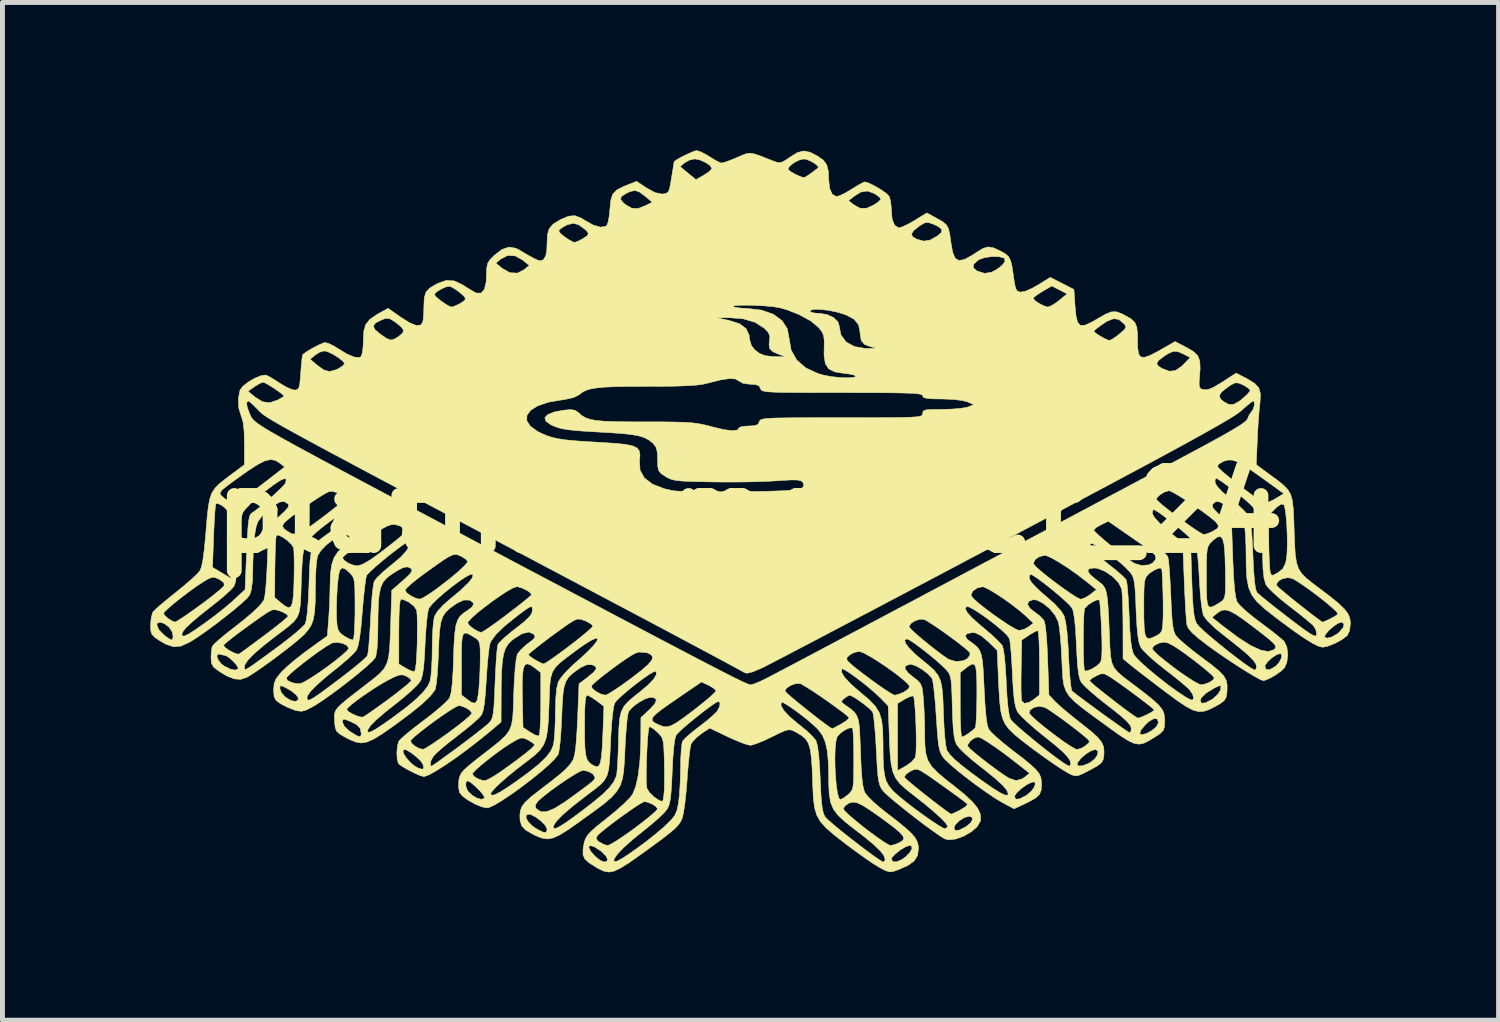
<source format=kicad_pcb>
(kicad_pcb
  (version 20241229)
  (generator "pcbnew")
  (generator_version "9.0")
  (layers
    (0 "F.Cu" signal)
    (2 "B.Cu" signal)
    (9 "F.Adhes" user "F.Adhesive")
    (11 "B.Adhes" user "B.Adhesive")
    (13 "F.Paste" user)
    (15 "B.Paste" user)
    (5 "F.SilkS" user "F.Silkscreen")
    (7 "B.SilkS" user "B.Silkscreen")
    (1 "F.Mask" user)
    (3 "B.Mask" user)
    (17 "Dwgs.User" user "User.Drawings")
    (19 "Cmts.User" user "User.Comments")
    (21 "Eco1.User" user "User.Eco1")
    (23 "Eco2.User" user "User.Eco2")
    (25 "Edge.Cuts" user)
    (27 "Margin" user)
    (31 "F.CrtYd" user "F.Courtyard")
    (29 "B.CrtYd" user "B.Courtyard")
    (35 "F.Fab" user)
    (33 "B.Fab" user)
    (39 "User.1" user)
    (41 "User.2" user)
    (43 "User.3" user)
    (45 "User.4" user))
  (footprint "platinenmacher_24"
    (layer "F.Cu")
    (at 12.153 7.328)
    (property "Reference" "platinenmacher_24" (at 0 0 0) (layer "F.SilkS") (effects (font (size 1.524 1.524) (thickness 0.3))))
    (attr through_hole)
    (fp_poly (pts (xy -0.994 -7.301) (xy -0.88 -7.243) (xy -0.804 -7.197) (xy -0.689 -7.125) (xy -0.597 -7.079) (xy -0.564 -7.07) (xy -0.501 -7.086) (xy -0.387 -7.127) (xy -0.252 -7.183) (xy -0.142 -7.231) (xy -0.061 -7.261) (xy 0.012 -7.27) (xy 0.095 -7.257) (xy 0.207 -7.221) (xy 0.368 -7.157) (xy 0.495 -7.107) (xy 0.58 -7.079) (xy 0.649 -7.084) (xy 0.733 -7.127) (xy 0.82 -7.188) (xy 0.973 -7.283) (xy 1.101 -7.316) (xy 1.233 -7.289) (xy 1.374 -7.216) (xy 1.496 -7.132) (xy 1.567 -7.037) (xy 1.6 -6.907) (xy 1.608 -6.739) (xy 1.627 -6.557) (xy 1.679 -6.439) (xy 1.761 -6.393) (xy 1.77 -6.392) (xy 1.843 -6.414) (xy 1.959 -6.471) (xy 2.074 -6.54) (xy 2.198 -6.617) (xy 2.294 -6.67) (xy 2.339 -6.689) (xy 2.418 -6.666) (xy 2.536 -6.608) (xy 2.663 -6.534) (xy 2.772 -6.458) (xy 2.833 -6.398) (xy 2.835 -6.395) (xy 2.862 -6.303) (xy 2.877 -6.17) (xy 2.879 -6.117) (xy 2.896 -5.929) (xy 2.946 -5.807) (xy 3.026 -5.758) (xy 3.038 -5.757) (xy 3.109 -5.779) (xy 3.225 -5.834) (xy 3.354 -5.908) (xy 3.598 -6.059) (xy 3.809 -5.944) (xy 3.923 -5.879) (xy 3.995 -5.818) (xy 4.038 -5.74) (xy 4.065 -5.621) (xy 4.087 -5.461) (xy 4.122 -5.262) (xy 4.173 -5.14) (xy 4.251 -5.093) (xy 4.365 -5.115) (xy 4.525 -5.204) (xy 4.597 -5.252) (xy 4.734 -5.337) (xy 4.84 -5.369) (xy 4.949 -5.351) (xy 5.079 -5.292) (xy 5.184 -5.234) (xy 5.254 -5.175) (xy 5.297 -5.095) (xy 5.327 -4.973) (xy 5.355 -4.787) (xy 5.355 -4.784) (xy 5.379 -4.621) (xy 5.403 -4.524) (xy 5.435 -4.474) (xy 5.482 -4.455) (xy 5.497 -4.452) (xy 5.593 -4.468) (xy 5.733 -4.529) (xy 5.85 -4.595) (xy 6.103 -4.751) (xy 6.343 -4.629) (xy 6.583 -4.506) (xy 6.604 -4.19) (xy 6.624 -3.976) (xy 6.657 -3.841) (xy 6.714 -3.777) (xy 6.805 -3.78) (xy 6.942 -3.841) (xy 7.07 -3.916) (xy 7.228 -4.006) (xy 7.342 -4.051) (xy 7.439 -4.054) (xy 7.542 -4.019) (xy 7.59 -3.995) (xy 7.73 -3.918) (xy 7.815 -3.842) (xy 7.858 -3.744) (xy 7.873 -3.6) (xy 7.874 -3.491) (xy 7.877 -3.319) (xy 7.894 -3.202) (xy 7.934 -3.139) (xy 8.007 -3.127) (xy 8.123 -3.166) (xy 8.292 -3.253) (xy 8.498 -3.371) (xy 8.635 -3.45) (xy 8.869 -3.328) (xy 9.008 -3.246) (xy 9.094 -3.162) (xy 9.136 -3.055) (xy 9.143 -2.903) (xy 9.132 -2.748) (xy 9.122 -2.608) (xy 9.128 -2.53) (xy 9.156 -2.492) (xy 9.212 -2.472) (xy 9.292 -2.472) (xy 9.4 -2.513) (xy 9.553 -2.602) (xy 9.594 -2.628) (xy 9.874 -2.81) (xy 10.102 -2.691) (xy 10.25 -2.601) (xy 10.334 -2.507) (xy 10.367 -2.386) (xy 10.358 -2.213) (xy 10.353 -2.171) (xy 10.34 -2.046) (xy 10.326 -1.863) (xy 10.312 -1.648) (xy 10.303 -1.46) (xy 10.281 -0.952) (xy 10.548 -0.755) (xy 10.715 -0.633) (xy 10.837 -0.534) (xy 10.923 -0.445) (xy 10.979 -0.347) (xy 11.013 -0.226) (xy 11.032 -0.065) (xy 11.043 0.152) (xy 11.05 0.373) (xy 11.06 0.656) (xy 11.073 0.87) (xy 11.097 1.031) (xy 11.138 1.155) (xy 11.202 1.256) (xy 11.296 1.351) (xy 11.427 1.456) (xy 11.549 1.548) (xy 11.781 1.724) (xy 11.951 1.863) (xy 12.068 1.975) (xy 12.141 2.071) (xy 12.179 2.161) (xy 12.192 2.255) (xy 12.192 2.27) (xy 12.174 2.416) (xy 12.127 2.515) (xy 12.124 2.517) (xy 12.014 2.6) (xy 11.869 2.678) (xy 11.724 2.734) (xy 11.627 2.752) (xy 11.546 2.732) (xy 11.424 2.672) (xy 11.257 2.568) (xy 11.218 2.542) (xy 11.665 2.542) (xy 11.667 2.546) (xy 11.724 2.568) (xy 11.82 2.542) (xy 11.93 2.477) (xy 11.97 2.443) (xy 12.044 2.354) (xy 12.062 2.282) (xy 12.021 2.245) (xy 12.003 2.244) (xy 11.935 2.269) (xy 11.844 2.332) (xy 11.754 2.411) (xy 11.687 2.488) (xy 11.665 2.542) (xy 11.218 2.542) (xy 11.038 2.417) (xy 10.763 2.214) (xy 10.65 2.128) (xy 10.443 1.965) (xy 10.293 1.825) (xy 10.19 1.689) (xy 10.125 1.538) (xy 10.091 1.353) (xy 10.077 1.116) (xy 10.075 0.91) (xy 10.072 0.689) (xy 10.063 0.487) (xy 10.049 0.326) (xy 10.032 0.227) (xy 10.03 0.221) (xy 9.956 0.105) (xy 9.818 -0.022) (xy 9.765 -0.06) (xy 9.622 -0.154) (xy 9.527 -0.2) (xy 9.462 -0.202) (xy 9.411 -0.164) (xy 9.402 -0.153) (xy 9.388 -0.11) (xy 9.42 -0.051) (xy 9.506 0.037) (xy 9.567 0.09) (xy 9.782 0.275) (xy 9.807 0.995) (xy 9.823 1.327) (xy 9.842 1.577) (xy 9.867 1.746) (xy 9.892 1.832) (xy 9.949 1.902) (xy 10.06 2.007) (xy 10.207 2.13) (xy 10.363 2.249) (xy 10.531 2.374) (xy 10.679 2.489) (xy 10.791 2.581) (xy 10.848 2.634) (xy 10.903 2.749) (xy 10.921 2.904) (xy 10.902 3.06) (xy 10.856 3.166) (xy 10.783 3.237) (xy 10.67 3.317) (xy 10.548 3.386) (xy 10.448 3.425) (xy 10.423 3.429) (xy 10.362 3.406) (xy 10.246 3.343) (xy 10.089 3.249) (xy 9.904 3.132) (xy 9.706 3.001) (xy 9.507 2.866) (xy 9.323 2.734) (xy 9.294 2.713) (xy 9.106 2.568) (xy 8.98 2.458) (xy 8.907 2.372) (xy 8.875 2.301) (xy 8.875 2.3) (xy 8.865 2.218) (xy 8.854 2.069) (xy 8.842 1.869) (xy 8.83 1.636) (xy 8.823 1.473) (xy 8.795 0.767) (xy 8.623 0.652) (xy 8.504 0.59) (xy 8.369 0.542) (xy 8.24 0.514) (xy 8.139 0.509) (xy 8.088 0.532) (xy 8.086 0.543) (xy 8.118 0.591) (xy 8.201 0.664) (xy 8.271 0.716) (xy 8.383 0.803) (xy 8.465 0.884) (xy 8.488 0.919) (xy 8.501 0.986) (xy 8.514 1.121) (xy 8.528 1.308) (xy 8.54 1.533) (xy 8.548 1.697) (xy 8.56 1.972) (xy 8.573 2.175) (xy 8.589 2.321) (xy 8.61 2.422) (xy 8.636 2.491) (xy 8.65 2.514) (xy 8.711 2.581) (xy 8.827 2.684) (xy 8.98 2.81) (xy 9.156 2.945) (xy 9.189 2.969) (xy 9.39 3.12) (xy 9.531 3.237) (xy 9.622 3.333) (xy 9.672 3.423) (xy 9.691 3.521) (xy 9.689 3.639) (xy 9.687 3.666) (xy 9.671 3.765) (xy 9.632 3.834) (xy 9.548 3.897) (xy 9.461 3.947) (xy 9.329 4.014) (xy 9.217 4.052) (xy 9.111 4.058) (xy 8.996 4.026) (xy 8.859 3.954) (xy 8.685 3.838) (xy 8.685 3.838) (xy 9.144 3.838) (xy 9.173 3.888) (xy 9.254 3.879) (xy 9.383 3.811) (xy 9.402 3.798) (xy 9.498 3.713) (xy 9.555 3.624) (xy 9.56 3.605) (xy 9.565 3.543) (xy 9.542 3.53) (xy 9.47 3.561) (xy 9.433 3.579) (xy 9.266 3.68) (xy 9.168 3.774) (xy 9.144 3.838) (xy 8.685 3.838) (xy 8.461 3.672) (xy 8.441 3.658) (xy 8.242 3.507) (xy 8.054 3.363) (xy 7.893 3.239) (xy 7.776 3.147) (xy 7.74 3.118) (xy 7.579 2.985) (xy 7.578 2.344) (xy 7.576 2.108) (xy 7.571 1.892) (xy 7.564 1.715) (xy 7.555 1.595) (xy 7.55 1.568) (xy 7.49 1.445) (xy 7.373 1.322) (xy 7.226 1.219) (xy 7.073 1.155) (xy 6.996 1.144) (xy 6.891 1.159) (xy 6.864 1.205) (xy 6.915 1.282) (xy 7.043 1.388) (xy 7.046 1.391) (xy 7.116 1.443) (xy 7.17 1.492) (xy 7.21 1.552) (xy 7.239 1.632) (xy 7.259 1.747) (xy 7.274 1.907) (xy 7.287 2.125) (xy 7.299 2.412) (xy 7.303 2.497) (xy 7.313 2.745) (xy 7.326 2.927) (xy 7.35 3.06) (xy 7.395 3.163) (xy 7.469 3.254) (xy 7.581 3.352) (xy 7.74 3.473) (xy 7.811 3.525) (xy 8.03 3.693) (xy 8.19 3.822) (xy 8.3 3.923) (xy 8.369 4.008) (xy 8.407 4.087) (xy 8.422 4.171) (xy 8.424 4.243) (xy 8.42 4.363) (xy 8.394 4.44) (xy 8.33 4.504) (xy 8.229 4.571) (xy 8.105 4.647) (xy 8.004 4.698) (xy 7.912 4.718) (xy 7.815 4.706) (xy 7.701 4.656) (xy 7.556 4.566) (xy 7.465 4.503) (xy 7.918 4.503) (xy 7.958 4.528) (xy 8.058 4.5) (xy 8.16 4.445) (xy 8.258 4.363) (xy 8.297 4.279) (xy 8.297 4.276) (xy 8.273 4.206) (xy 8.205 4.199) (xy 8.106 4.256) (xy 8.04 4.315) (xy 7.943 4.43) (xy 7.918 4.503) (xy 7.465 4.503) (xy 7.366 4.433) (xy 7.182 4.299) (xy 6.927 4.114) (xy 6.732 3.967) (xy 6.588 3.847) (xy 6.486 3.741) (xy 6.419 3.636) (xy 6.379 3.521) (xy 6.357 3.381) (xy 6.346 3.206) (xy 6.337 2.999) (xy 6.325 2.767) (xy 6.309 2.551) (xy 6.29 2.374) (xy 6.271 2.255) (xy 6.266 2.235) (xy 6.2 2.102) (xy 6.093 1.972) (xy 5.965 1.865) (xy 5.839 1.798) (xy 5.758 1.787) (xy 5.665 1.821) (xy 5.643 1.885) (xy 5.693 1.966) (xy 5.777 2.031) (xy 5.886 2.113) (xy 5.967 2.198) (xy 5.978 2.216) (xy 5.998 2.293) (xy 6.017 2.443) (xy 6.034 2.651) (xy 6.047 2.907) (xy 6.051 3.014) (xy 6.075 3.72) (xy 6.202 3.854) (xy 6.286 3.934) (xy 6.419 4.048) (xy 6.582 4.182) (xy 6.743 4.309) (xy 6.933 4.46) (xy 7.063 4.577) (xy 7.143 4.676) (xy 7.184 4.77) (xy 7.194 4.874) (xy 7.189 4.958) (xy 7.174 5.037) (xy 7.136 5.099) (xy 7.056 5.16) (xy 6.918 5.237) (xy 6.905 5.244) (xy 6.764 5.317) (xy 6.673 5.354) (xy 6.606 5.361) (xy 6.538 5.34) (xy 6.485 5.315) (xy 6.385 5.257) (xy 6.236 5.16) (xy 6.056 5.036) (xy 5.862 4.897) (xy 5.673 4.757) (xy 5.506 4.628) (xy 5.378 4.523) (xy 5.349 4.496) (xy 5.255 4.402) (xy 5.186 4.308) (xy 5.136 4.198) (xy 5.101 4.058) (xy 5.078 3.871) (xy 5.062 3.623) (xy 5.054 3.465) (xy 5.026 2.815) (xy 4.841 2.635) (xy 4.7 2.517) (xy 4.585 2.462) (xy 4.531 2.455) (xy 4.419 2.473) (xy 4.379 2.521) (xy 4.416 2.588) (xy 4.451 2.616) (xy 4.548 2.686) (xy 4.62 2.748) (xy 4.671 2.818) (xy 4.705 2.909) (xy 4.728 3.036) (xy 4.743 3.213) (xy 4.755 3.454) (xy 4.761 3.579) (xy 4.778 3.895) (xy 4.799 4.142) (xy 4.823 4.315) (xy 4.849 4.407) (xy 4.904 4.474) (xy 5.012 4.577) (xy 5.159 4.703) (xy 5.328 4.837) (xy 5.342 4.848) (xy 5.556 5.011) (xy 5.709 5.137) (xy 5.814 5.235) (xy 5.878 5.317) (xy 5.912 5.395) (xy 5.924 5.479) (xy 5.926 5.532) (xy 5.918 5.652) (xy 5.882 5.74) (xy 5.803 5.813) (xy 5.666 5.889) (xy 5.592 5.925) (xy 5.369 6.029) (xy 5.15 5.913) (xy 5.003 5.827) (xy 4.934 5.781) (xy 5.376 5.781) (xy 5.404 5.835) (xy 5.485 5.827) (xy 5.616 5.758) (xy 5.635 5.745) (xy 5.721 5.67) (xy 5.779 5.589) (xy 5.801 5.52) (xy 5.78 5.483) (xy 5.729 5.489) (xy 5.622 5.542) (xy 5.512 5.621) (xy 5.422 5.704) (xy 5.378 5.771) (xy 5.376 5.781) (xy 4.934 5.781) (xy 4.823 5.706) (xy 4.624 5.565) (xy 4.423 5.414) (xy 4.236 5.267) (xy 4.079 5.134) (xy 3.967 5.028) (xy 3.929 4.984) (xy 3.892 4.925) (xy 3.864 4.855) (xy 3.842 4.76) (xy 3.825 4.626) (xy 3.809 4.438) (xy 3.791 4.182) (xy 3.789 4.149) (xy 3.773 3.911) (xy 3.753 3.699) (xy 3.734 3.53) (xy 3.715 3.418) (xy 3.704 3.384) (xy 3.621 3.291) (xy 3.503 3.2) (xy 3.379 3.13) (xy 3.276 3.097) (xy 3.255 3.098) (xy 3.166 3.13) (xy 3.156 3.19) (xy 3.225 3.278) (xy 3.315 3.352) (xy 3.411 3.427) (xy 3.469 3.491) (xy 3.501 3.571) (xy 3.519 3.691) (xy 3.529 3.806) (xy 3.542 4.001) (xy 3.551 4.236) (xy 3.556 4.468) (xy 3.556 4.516) (xy 3.56 4.737) (xy 3.578 4.908) (xy 3.62 5.046) (xy 3.696 5.169) (xy 3.816 5.294) (xy 3.989 5.44) (xy 4.127 5.547) (xy 4.36 5.735) (xy 4.526 5.89) (xy 4.632 6.021) (xy 4.684 6.137) (xy 4.69 6.246) (xy 4.683 6.282) (xy 4.619 6.393) (xy 4.498 6.498) (xy 4.346 6.585) (xy 4.185 6.643) (xy 4.041 6.659) (xy 3.963 6.639) (xy 3.864 6.578) (xy 3.72 6.477) (xy 3.545 6.35) (xy 3.356 6.206) (xy 3.166 6.057) (xy 2.991 5.916) (xy 2.845 5.793) (xy 2.743 5.701) (xy 2.707 5.661) (xy 2.669 5.604) (xy 2.641 5.54) (xy 2.62 5.456) (xy 2.604 5.336) (xy 2.591 5.166) (xy 2.578 4.931) (xy 2.573 4.834) (xy 2.56 4.596) (xy 2.543 4.383) (xy 2.526 4.213) (xy 2.509 4.1) (xy 2.499 4.066) (xy 2.447 4.008) (xy 2.352 3.928) (xy 2.238 3.843) (xy 2.129 3.77) (xy 2.05 3.729) (xy 2.033 3.725) (xy 1.982 3.749) (xy 1.924 3.79) (xy 1.871 3.838) (xy 1.878 3.875) (xy 1.947 3.928) (xy 2.048 3.998) (xy 2.121 4.061) (xy 2.173 4.13) (xy 2.207 4.22) (xy 2.228 4.346) (xy 2.24 4.522) (xy 2.25 4.762) (xy 2.254 4.874) (xy 2.266 5.173) (xy 2.282 5.397) (xy 2.301 5.557) (xy 2.327 5.663) (xy 2.342 5.701) (xy 2.403 5.78) (xy 2.515 5.891) (xy 2.659 6.016) (xy 2.76 6.095) (xy 2.993 6.276) (xy 3.166 6.417) (xy 3.287 6.529) (xy 3.365 6.622) (xy 3.408 6.705) (xy 3.427 6.788) (xy 3.429 6.842) (xy 3.409 6.98) (xy 3.341 7.088) (xy 3.213 7.18) (xy 3.028 7.262) (xy 2.918 7.301) (xy 2.841 7.309) (xy 2.759 7.283) (xy 2.639 7.22) (xy 2.639 7.22) (xy 2.528 7.152) (xy 2.371 7.046) (xy 2.186 6.914) (xy 1.991 6.77) (xy 1.951 6.74) (xy 1.725 6.564) (xy 1.559 6.421) (xy 1.442 6.292) (xy 1.366 6.159) (xy 1.321 6.007) (xy 1.297 5.816) (xy 1.285 5.569) (xy 1.283 5.509) (xy 1.272 5.214) (xy 1.257 4.99) (xy 1.233 4.824) (xy 1.197 4.704) (xy 1.142 4.615) (xy 1.064 4.546) (xy 0.96 4.483) (xy 0.918 4.46) (xy 0.856 4.433) (xy 0.797 4.426) (xy 0.721 4.445) (xy 0.608 4.494) (xy 0.456 4.569) (xy 0.292 4.647) (xy 0.146 4.706) (xy 0.043 4.738) (xy 0.018 4.741) (xy -0.06 4.724) (xy -0.192 4.676) (xy -0.354 4.607) (xy -0.441 4.567) (xy -0.805 4.392) (xy -0.976 4.505) (xy -1.086 4.594) (xy -1.167 4.686) (xy -1.185 4.719) (xy -1.201 4.796) (xy -1.22 4.94) (xy -1.24 5.132) (xy -1.259 5.356) (xy -1.265 5.454) (xy -1.285 5.697) (xy -1.309 5.917) (xy -1.335 6.095) (xy -1.361 6.212) (xy -1.368 6.232) (xy -1.398 6.293) (xy -1.44 6.354) (xy -1.502 6.421) (xy -1.595 6.502) (xy -1.726 6.606) (xy -1.906 6.74) (xy -2.143 6.912) (xy -2.237 6.979) (xy -2.453 7.131) (xy -2.618 7.234) (xy -2.746 7.294) (xy -2.851 7.313) (xy -2.95 7.296) (xy -3.056 7.247) (xy -3.104 7.219) (xy -3.254 7.124) (xy -3.34 7.045) (xy -3.376 6.961) (xy -3.375 6.853) (xy -3.369 6.809) (xy -3.369 6.807) (xy -3.261 6.807) (xy -3.224 6.887) (xy -3.136 6.988) (xy -3.029 7.075) (xy -2.941 7.11) (xy -2.888 7.089) (xy -2.885 7.076) (xy -2.752 7.076) (xy -2.735 7.102) (xy -2.681 7.09) (xy -2.581 7.036) (xy -2.428 6.936) (xy -2.27 6.824) (xy -2.089 6.69) (xy -1.904 6.542) (xy -1.746 6.408) (xy -1.705 6.371) (xy -1.584 6.252) (xy -1.511 6.158) (xy -1.469 6.058) (xy -1.441 5.923) (xy -1.438 5.905) (xy -1.421 5.751) (xy -1.407 5.545) (xy -1.399 5.32) (xy -1.397 5.194) (xy -1.393 4.998) (xy -1.383 4.829) (xy -1.369 4.706) (xy -1.356 4.659) (xy -1.304 4.599) (xy -1.202 4.507) (xy -1.068 4.4) (xy -1.016 4.361) (xy -0.872 4.249) (xy -0.75 4.145) (xy -0.669 4.067) (xy -0.655 4.05) (xy -0.604 3.952) (xy -0.602 3.932) (xy 0.639 3.932) (xy 0.695 4.031) (xy 0.81 4.156) (xy 0.976 4.297) (xy 1.003 4.318) (xy 1.144 4.432) (xy 1.264 4.544) (xy 1.34 4.632) (xy 1.351 4.649) (xy 1.381 4.752) (xy 1.406 4.937) (xy 1.426 5.205) (xy 1.436 5.42) (xy 1.448 5.689) (xy 1.462 5.887) (xy 1.479 6.026) (xy 1.502 6.122) (xy 1.531 6.187) (xy 1.534 6.191) (xy 1.586 6.246) (xy 1.69 6.337) (xy 1.831 6.455) (xy 1.996 6.587) (xy 2.172 6.724) (xy 2.344 6.855) (xy 2.499 6.969) (xy 2.623 7.056) (xy 2.702 7.104) (xy 2.72 7.111) (xy 2.748 7.078) (xy 2.752 7.051) (xy 2.751 7.05) (xy 2.879 7.05) (xy 2.908 7.103) (xy 2.985 7.105) (xy 3.091 7.06) (xy 3.172 7.002) (xy 3.261 6.909) (xy 3.3 6.83) (xy 3.284 6.781) (xy 3.248 6.773) (xy 3.171 6.798) (xy 3.068 6.859) (xy 2.968 6.937) (xy 2.897 7.01) (xy 2.879 7.05) (xy 2.751 7.05) (xy 2.728 6.978) (xy 2.655 6.883) (xy 2.525 6.758) (xy 2.333 6.599) (xy 2.159 6.465) (xy 1.951 6.302) (xy 1.803 6.167) (xy 1.706 6.04) (xy 1.702 6.031) (xy 1.905 6.031) (xy 1.937 6.077) (xy 2.024 6.16) (xy 2.149 6.267) (xy 2.298 6.388) (xy 2.456 6.509) (xy 2.608 6.62) (xy 2.737 6.708) (xy 2.829 6.762) (xy 2.862 6.773) (xy 2.94 6.757) (xy 3.025 6.724) (xy 3.097 6.684) (xy 3.129 6.639) (xy 3.114 6.582) (xy 3.049 6.505) (xy 2.926 6.402) (xy 2.74 6.263) (xy 2.634 6.186) (xy 2.439 6.05) (xy 2.297 5.96) (xy 2.193 5.91) (xy 2.114 5.894) (xy 2.044 5.906) (xy 2.011 5.919) (xy 1.933 5.975) (xy 1.905 6.031) (xy 1.702 6.031) (xy 1.647 5.9) (xy 1.618 5.73) (xy 1.608 5.508) (xy 1.608 5.397) (xy 1.601 5.094) (xy 1.591 4.982) (xy 1.734 4.982) (xy 1.737 5.181) (xy 1.748 5.381) (xy 1.764 5.565) (xy 1.787 5.715) (xy 1.815 5.813) (xy 1.841 5.842) (xy 1.904 5.815) (xy 1.992 5.75) (xy 2.005 5.738) (xy 2.048 5.695) (xy 2.079 5.651) (xy 2.099 5.59) (xy 2.11 5.497) (xy 2.115 5.358) (xy 2.117 5.157) (xy 2.117 5.026) (xy 2.115 4.807) (xy 2.11 4.619) (xy 2.103 4.478) (xy 2.094 4.4) (xy 2.09 4.39) (xy 2.035 4.387) (xy 1.947 4.425) (xy 1.854 4.488) (xy 1.787 4.557) (xy 1.779 4.57) (xy 1.755 4.659) (xy 1.74 4.802) (xy 1.734 4.982) (xy 1.591 4.982) (xy 1.58 4.859) (xy 1.541 4.679) (xy 1.482 4.54) (xy 1.398 4.425) (xy 1.384 4.41) (xy 1.282 4.314) (xy 1.153 4.204) (xy 1.011 4.094) (xy 0.873 3.993) (xy 0.755 3.915) (xy 0.674 3.871) (xy 0.648 3.868) (xy 0.639 3.932) (xy -0.602 3.932) (xy -0.597 3.878) (xy -0.631 3.852) (xy -0.685 3.878) (xy -0.787 3.947) (xy -0.92 4.046) (xy -1.069 4.163) (xy -1.216 4.283) (xy -1.346 4.395) (xy -1.443 4.486) (xy -1.49 4.541) (xy -1.514 4.625) (xy -1.535 4.783) (xy -1.553 5.003) (xy -1.566 5.271) (xy -1.578 5.534) (xy -1.592 5.727) (xy -1.61 5.865) (xy -1.633 5.961) (xy -1.665 6.031) (xy -1.666 6.032) (xy -1.731 6.11) (xy -1.846 6.221) (xy -1.994 6.35) (xy -2.125 6.456) (xy -2.36 6.646) (xy -2.546 6.811) (xy -2.676 6.945) (xy -2.743 7.043) (xy -2.752 7.076) (xy -2.885 7.076) (xy -2.879 7.051) (xy -2.91 6.988) (xy -2.988 6.907) (xy -3.02 6.881) (xy -3.152 6.797) (xy -3.234 6.775) (xy -3.261 6.807) (xy -3.369 6.807) (xy -3.351 6.712) (xy -3.325 6.633) (xy -3.322 6.628) (xy -3.111 6.628) (xy -3.077 6.679) (xy -3.041 6.706) (xy -2.943 6.757) (xy -2.873 6.773) (xy -2.815 6.749) (xy -2.703 6.683) (xy -2.554 6.584) (xy -2.381 6.462) (xy -2.333 6.426) (xy -2.162 6.297) (xy -2.019 6.182) (xy -1.916 6.093) (xy -1.866 6.039) (xy -1.863 6.031) (xy -1.898 5.981) (xy -1.982 5.929) (xy -2.081 5.892) (xy -2.133 5.884) (xy -2.186 5.909) (xy -2.29 5.973) (xy -2.428 6.067) (xy -2.585 6.178) (xy -2.744 6.295) (xy -2.889 6.406) (xy -3.005 6.5) (xy -3.076 6.564) (xy -3.082 6.571) (xy -3.111 6.628) (xy -3.322 6.628) (xy -3.28 6.56) (xy -3.205 6.48) (xy -3.088 6.378) (xy -2.919 6.243) (xy -2.85 6.188) (xy -2.685 6.052) (xy -2.538 5.919) (xy -2.426 5.806) (xy -2.373 5.74) (xy -2.308 5.584) (xy -2.27 5.414) (xy -2.093 5.414) (xy -2.088 5.546) (xy -2.079 5.616) (xy -2.027 5.7) (xy -1.933 5.791) (xy -1.828 5.861) (xy -1.767 5.881) (xy -1.75 5.844) (xy -1.735 5.745) (xy -1.726 5.62) (xy -1.724 5.448) (xy -1.724 5.233) (xy -1.728 5.016) (xy -1.729 4.974) (xy -1.737 4.79) (xy -1.749 4.67) (xy -1.772 4.59) (xy -1.813 4.53) (xy -1.866 4.477) (xy -1.953 4.403) (xy -2.017 4.363) (xy -2.027 4.36) (xy -2.041 4.4) (xy -2.056 4.506) (xy -2.069 4.661) (xy -2.079 4.847) (xy -2.088 5.047) (xy -2.092 5.242) (xy -2.093 5.414) (xy -2.27 5.414) (xy -2.257 5.355) (xy -2.222 5.063) (xy -2.205 4.72) (xy -2.203 4.576) (xy -2.202 4.232) (xy -1.976 4.232) (xy -1.941 4.273) (xy -1.869 4.312) (xy -1.805 4.34) (xy -1.734 4.364) (xy -1.664 4.365) (xy -1.582 4.34) (xy -1.476 4.281) (xy -1.334 4.183) (xy -1.145 4.041) (xy -1.033 3.953) (xy -0.887 3.836) (xy -0.77 3.735) (xy -0.696 3.664) (xy -0.679 3.64) (xy 0.72 3.64) (xy 0.751 3.675) (xy 0.835 3.75) (xy 0.958 3.853) (xy 1.104 3.972) (xy 1.259 4.095) (xy 1.409 4.212) (xy 1.539 4.309) (xy 1.633 4.377) (xy 1.679 4.403) (xy 1.679 4.403) (xy 1.724 4.384) (xy 1.815 4.335) (xy 1.865 4.307) (xy 1.962 4.245) (xy 2.016 4.195) (xy 2.021 4.182) (xy 1.982 4.141) (xy 1.887 4.066) (xy 1.753 3.967) (xy 1.596 3.854) (xy 1.432 3.74) (xy 1.276 3.636) (xy 1.144 3.552) (xy 1.053 3.499) (xy 1.026 3.488) (xy 0.934 3.491) (xy 0.83 3.529) (xy 0.748 3.587) (xy 0.72 3.64) (xy -0.679 3.64) (xy -0.677 3.636) (xy -0.712 3.595) (xy -0.798 3.54) (xy -0.825 3.526) (xy -0.973 3.456) (xy -1.386 3.738) (xy -1.623 3.901) (xy -1.795 4.024) (xy -1.908 4.115) (xy -1.966 4.182) (xy -1.976 4.232) (xy -2.202 4.232) (xy -2.201 4.178) (xy -2.028 4.018) (xy -1.92 3.901) (xy -1.887 3.82) (xy -1.931 3.776) (xy -2.004 3.768) (xy -2.107 3.795) (xy -2.235 3.864) (xy -2.358 3.954) (xy -2.443 4.043) (xy -2.452 4.058) (xy -2.468 4.126) (xy -2.486 4.262) (xy -2.502 4.449) (xy -2.517 4.67) (xy -2.523 4.797) (xy -2.535 5.055) (xy -2.55 5.26) (xy -2.576 5.423) (xy -2.622 5.56) (xy -2.694 5.68) (xy -2.801 5.799) (xy -2.951 5.927) (xy -3.152 6.078) (xy -3.411 6.264) (xy -3.466 6.304) (xy -3.684 6.457) (xy -3.852 6.561) (xy -3.984 6.621) (xy -4.098 6.641) (xy -4.208 6.624) (xy -4.331 6.576) (xy -4.399 6.542) (xy -4.541 6.459) (xy -4.62 6.376) (xy -4.652 6.267) (xy -4.657 6.174) (xy -4.656 6.162) (xy -4.531 6.162) (xy -4.529 6.222) (xy -4.48 6.303) (xy -4.393 6.387) (xy -4.297 6.45) (xy -4.185 6.503) (xy -4.128 6.51) (xy -4.108 6.47) (xy -4.106 6.436) (xy -4.126 6.396) (xy -3.979 6.396) (xy -3.966 6.428) (xy -3.921 6.425) (xy -3.836 6.382) (xy -3.704 6.296) (xy -3.517 6.161) (xy -3.425 6.093) (xy -3.168 5.895) (xy -2.975 5.733) (xy -2.839 5.598) (xy -2.751 5.481) (xy -2.703 5.374) (xy -2.692 5.324) (xy -2.682 5.229) (xy -2.672 5.071) (xy -2.663 4.871) (xy -2.656 4.651) (xy -2.656 4.636) (xy -2.648 4.385) (xy -2.633 4.201) (xy -2.602 4.064) (xy -2.547 3.954) (xy -2.461 3.855) (xy -2.334 3.746) (xy -2.226 3.662) (xy -2.057 3.519) (xy -1.941 3.397) (xy -1.886 3.303) (xy -1.896 3.244) (xy -1.902 3.24) (xy -1.951 3.254) (xy -2.047 3.312) (xy -2.175 3.401) (xy -2.318 3.51) (xy -2.462 3.625) (xy -2.59 3.735) (xy -2.687 3.827) (xy -2.735 3.888) (xy -2.755 3.965) (xy -2.776 4.109) (xy -2.794 4.299) (xy -2.809 4.517) (xy -2.812 4.565) (xy -2.825 4.85) (xy -2.837 5.065) (xy -2.855 5.226) (xy -2.885 5.346) (xy -2.934 5.44) (xy -3.006 5.524) (xy -3.11 5.611) (xy -3.25 5.717) (xy -3.328 5.776) (xy -3.592 5.982) (xy -3.79 6.152) (xy -3.918 6.284) (xy -3.976 6.376) (xy -3.979 6.396) (xy -4.126 6.396) (xy -4.14 6.366) (xy -4.223 6.281) (xy -4.328 6.201) (xy -4.43 6.148) (xy -4.476 6.138) (xy -4.531 6.162) (xy -4.656 6.162) (xy -4.648 6.074) (xy -4.616 5.986) (xy -4.591 5.953) (xy -4.344 5.953) (xy -4.334 6.011) (xy -4.319 6.032) (xy -4.231 6.089) (xy -4.11 6.086) (xy -3.95 6.02) (xy -3.743 5.89) (xy -3.719 5.872) (xy -3.505 5.718) (xy -3.35 5.604) (xy -3.245 5.524) (xy -3.18 5.469) (xy -3.146 5.432) (xy -3.134 5.404) (xy -3.133 5.391) (xy -3.17 5.327) (xy -3.259 5.274) (xy -3.37 5.249) (xy -3.377 5.249) (xy -3.442 5.273) (xy -3.556 5.338) (xy -3.703 5.431) (xy -3.864 5.541) (xy -4.023 5.655) (xy -4.163 5.763) (xy -4.265 5.851) (xy -4.292 5.878) (xy -4.344 5.953) (xy -4.591 5.953) (xy -4.549 5.897) (xy -4.436 5.792) (xy -4.265 5.658) (xy -4.222 5.625) (xy -3.998 5.454) (xy -3.832 5.32) (xy -3.715 5.213) (xy -3.635 5.124) (xy -3.58 5.042) (xy -3.574 5.03) (xy -3.545 4.93) (xy -3.52 4.746) (xy -3.5 4.479) (xy -3.493 4.352) (xy -3.344 4.352) (xy -3.343 4.614) (xy -3.336 4.805) (xy -3.32 4.939) (xy -3.293 5.03) (xy -3.25 5.091) (xy -3.189 5.137) (xy -3.154 5.156) (xy -3.098 5.176) (xy -3.056 5.159) (xy -3.025 5.097) (xy -3.003 4.98) (xy -2.987 4.799) (xy -2.975 4.544) (xy -2.973 4.509) (xy -2.952 3.95) (xy -3.099 3.838) (xy -3.2 3.769) (xy -3.278 3.729) (xy -3.295 3.725) (xy -3.316 3.755) (xy -3.331 3.849) (xy -3.34 4.013) (xy -3.344 4.253) (xy -3.344 4.352) (xy -3.493 4.352) (xy -3.486 4.205) (xy -3.459 3.543) (xy -3.207 3.543) (xy -3.184 3.593) (xy -3.109 3.652) (xy -3.012 3.702) (xy -2.92 3.724) (xy -2.864 3.7) (xy -2.756 3.634) (xy -2.609 3.535) (xy -2.439 3.412) (xy -2.399 3.383) (xy -2.194 3.224) (xy -2.056 3.104) (xy -1.981 3.015) (xy -1.963 2.95) (xy -1.999 2.901) (xy -2.081 2.862) (xy -2.237 2.85) (xy -2.314 2.873) (xy -2.399 2.92) (xy -2.525 3.002) (xy -2.674 3.107) (xy -2.832 3.223) (xy -2.98 3.337) (xy -3.103 3.438) (xy -3.184 3.512) (xy -3.207 3.543) (xy -3.459 3.543) (xy -3.457 3.493) (xy -3.287 3.365) (xy -3.161 3.26) (xy -3.107 3.187) (xy -3.125 3.137) (xy -3.194 3.108) (xy -3.293 3.106) (xy -3.409 3.156) (xy -3.478 3.201) (xy -3.585 3.279) (xy -3.665 3.354) (xy -3.72 3.44) (xy -3.758 3.551) (xy -3.782 3.703) (xy -3.797 3.909) (xy -3.809 4.186) (xy -3.821 4.425) (xy -3.836 4.635) (xy -3.854 4.802) (xy -3.873 4.908) (xy -3.882 4.932) (xy -3.954 5.023) (xy -4.079 5.145) (xy -4.242 5.287) (xy -4.432 5.44) (xy -4.633 5.593) (xy -4.832 5.736) (xy -5.016 5.859) (xy -5.171 5.952) (xy -5.284 6.004) (xy -5.321 6.011) (xy -5.433 5.989) (xy -5.571 5.93) (xy -5.711 5.852) (xy -5.823 5.769) (xy -5.883 5.695) (xy -5.883 5.695) (xy -5.899 5.596) (xy -5.898 5.57) (xy -5.752 5.57) (xy -5.721 5.656) (xy -5.704 5.68) (xy -5.62 5.76) (xy -5.523 5.815) (xy -5.436 5.837) (xy -5.383 5.819) (xy -5.376 5.794) (xy -5.406 5.739) (xy -5.421 5.721) (xy -5.249 5.721) (xy -5.229 5.755) (xy -5.164 5.744) (xy -5.049 5.685) (xy -4.878 5.576) (xy -4.736 5.478) (xy -4.467 5.282) (xy -4.265 5.119) (xy -4.122 4.98) (xy -4.029 4.857) (xy -3.979 4.744) (xy -3.979 4.743) (xy -3.962 4.64) (xy -3.949 4.477) (xy -3.94 4.277) (xy -3.937 4.094) (xy -3.93 3.801) (xy -3.91 3.587) (xy -3.878 3.455) (xy -3.819 3.364) (xy -3.712 3.241) (xy -3.574 3.106) (xy -3.508 3.048) (xy -3.313 2.873) (xy -3.176 2.734) (xy -3.098 2.635) (xy -3.078 2.579) (xy -3.115 2.57) (xy -3.212 2.612) (xy -3.366 2.709) (xy -3.504 2.808) (xy -3.696 2.951) (xy -3.837 3.061) (xy -3.934 3.157) (xy -3.996 3.255) (xy -4.031 3.372) (xy -4.05 3.526) (xy -4.059 3.735) (xy -4.066 3.931) (xy -4.077 4.218) (xy -4.095 4.437) (xy -4.126 4.604) (xy -4.176 4.733) (xy -4.251 4.842) (xy -4.36 4.946) (xy -4.507 5.061) (xy -4.551 5.094) (xy -4.73 5.231) (xy -4.901 5.371) (xy -5.051 5.502) (xy -5.166 5.613) (xy -5.235 5.692) (xy -5.249 5.721) (xy -5.421 5.721) (xy -5.478 5.654) (xy -5.57 5.565) (xy -5.657 5.492) (xy -5.716 5.461) (xy -5.718 5.461) (xy -5.752 5.494) (xy -5.752 5.57) (xy -5.898 5.57) (xy -5.896 5.467) (xy -5.895 5.45) (xy -5.88 5.378) (xy -5.851 5.316) (xy -5.618 5.316) (xy -5.595 5.366) (xy -5.519 5.416) (xy -5.42 5.452) (xy -5.37 5.458) (xy -5.307 5.436) (xy -5.195 5.374) (xy -5.054 5.283) (xy -4.979 5.23) (xy -4.725 5.046) (xy -4.54 4.904) (xy -4.421 4.805) (xy -4.365 4.745) (xy -4.36 4.732) (xy -4.394 4.694) (xy -4.477 4.641) (xy -4.491 4.634) (xy -4.567 4.599) (xy -4.63 4.593) (xy -4.706 4.621) (xy -4.824 4.689) (xy -4.842 4.7) (xy -4.978 4.788) (xy -5.133 4.899) (xy -5.289 5.019) (xy -5.432 5.134) (xy -5.544 5.232) (xy -5.609 5.301) (xy -5.618 5.316) (xy -5.851 5.316) (xy -5.85 5.314) (xy -5.792 5.244) (xy -5.694 5.155) (xy -5.545 5.034) (xy -5.446 4.957) (xy -5.228 4.788) (xy -5.066 4.658) (xy -4.951 4.55) (xy -4.874 4.447) (xy -4.828 4.334) (xy -4.803 4.193) (xy -4.791 4.009) (xy -4.784 3.764) (xy -4.781 3.69) (xy -4.775 3.543) (xy -4.609 3.543) (xy -4.605 3.83) (xy -4.593 4.378) (xy -4.45 4.474) (xy -4.352 4.53) (xy -4.282 4.55) (xy -4.27 4.548) (xy -4.257 4.499) (xy -4.246 4.382) (xy -4.238 4.211) (xy -4.234 4.001) (xy -4.233 3.895) (xy -4.233 3.266) (xy -4.345 3.178) (xy -4.438 3.113) (xy -4.507 3.088) (xy -4.556 3.112) (xy -4.588 3.19) (xy -4.604 3.332) (xy -4.609 3.543) (xy -4.775 3.543) (xy -4.768 3.396) (xy -4.751 3.16) (xy -4.731 2.99) (xy -4.71 2.902) (xy -4.487 2.902) (xy -4.454 2.936) (xy -4.375 2.99) (xy -4.281 3.045) (xy -4.201 3.083) (xy -4.172 3.09) (xy -4.126 3.066) (xy -4.026 2.999) (xy -3.885 2.899) (xy -3.717 2.775) (xy -3.654 2.727) (xy -3.482 2.594) (xy -3.338 2.477) (xy -3.233 2.386) (xy -3.179 2.331) (xy -3.175 2.323) (xy -3.21 2.282) (xy -3.298 2.231) (xy -3.328 2.218) (xy -3.424 2.183) (xy -3.495 2.181) (xy -3.577 2.219) (xy -3.656 2.269) (xy -3.773 2.35) (xy -3.916 2.453) (xy -4.07 2.566) (xy -4.219 2.68) (xy -4.348 2.781) (xy -4.442 2.858) (xy -4.486 2.899) (xy -4.487 2.902) (xy -4.71 2.902) (xy -4.708 2.894) (xy -4.705 2.888) (xy -4.639 2.805) (xy -4.534 2.708) (xy -4.484 2.67) (xy -4.386 2.594) (xy -4.349 2.545) (xy -4.362 2.504) (xy -4.381 2.483) (xy -4.476 2.444) (xy -4.609 2.476) (xy -4.771 2.575) (xy -4.823 2.616) (xy -4.895 2.689) (xy -4.95 2.778) (xy -4.988 2.896) (xy -5.014 3.056) (xy -5.028 3.27) (xy -5.035 3.55) (xy -5.036 3.69) (xy -5.038 4.269) (xy -5.26 4.457) (xy -5.487 4.642) (xy -5.721 4.823) (xy -5.95 4.991) (xy -6.164 5.138) (xy -6.35 5.256) (xy -6.496 5.338) (xy -6.593 5.375) (xy -6.606 5.376) (xy -6.678 5.356) (xy -6.792 5.306) (xy -6.921 5.241) (xy -7.037 5.174) (xy -7.111 5.121) (xy -7.122 5.108) (xy -7.146 5.02) (xy -7.152 4.889) (xy -7.149 4.851) (xy -7.03 4.851) (xy -7.014 4.914) (xy -6.959 4.999) (xy -6.879 5.089) (xy -6.787 5.166) (xy -6.71 5.207) (xy -6.628 5.228) (xy -6.607 5.195) (xy -6.623 5.132) (xy -6.477 5.132) (xy -6.454 5.165) (xy -6.453 5.165) (xy -6.413 5.141) (xy -6.316 5.075) (xy -6.177 4.975) (xy -6.005 4.85) (xy -5.892 4.766) (xy -5.7 4.622) (xy -5.528 4.489) (xy -5.388 4.378) (xy -5.295 4.299) (xy -5.27 4.275) (xy -5.238 4.232) (xy -5.214 4.173) (xy -5.197 4.085) (xy -5.183 3.955) (xy -5.172 3.769) (xy -5.162 3.514) (xy -5.16 3.478) (xy -5.15 3.237) (xy -5.137 3.022) (xy -5.124 2.849) (xy -5.11 2.734) (xy -5.102 2.697) (xy -5.055 2.639) (xy -4.957 2.547) (xy -4.824 2.435) (xy -4.736 2.367) (xy -4.573 2.238) (xy -4.471 2.142) (xy -4.417 2.069) (xy -4.403 2.006) (xy -4.405 1.952) (xy -4.421 1.928) (xy -4.463 1.939) (xy -4.542 1.99) (xy -4.671 2.086) (xy -4.741 2.14) (xy -4.977 2.331) (xy -5.141 2.491) (xy -5.24 2.626) (xy -5.26 2.667) (xy -5.277 2.746) (xy -5.296 2.891) (xy -5.315 3.085) (xy -5.331 3.309) (xy -5.337 3.401) (xy -5.355 3.684) (xy -5.376 3.892) (xy -5.401 4.034) (xy -5.431 4.119) (xy -5.437 4.129) (xy -5.496 4.193) (xy -5.607 4.294) (xy -5.755 4.417) (xy -5.923 4.548) (xy -5.924 4.549) (xy -6.092 4.68) (xy -6.24 4.801) (xy -6.351 4.9) (xy -6.411 4.962) (xy -6.411 4.962) (xy -6.461 5.055) (xy -6.477 5.132) (xy -6.623 5.132) (xy -6.624 5.125) (xy -6.672 5.055) (xy -6.763 4.969) (xy -6.868 4.888) (xy -6.96 4.835) (xy -6.995 4.826) (xy -7.03 4.851) (xy -7.149 4.851) (xy -7.141 4.755) (xy -7.114 4.66) (xy -7.099 4.644) (xy -6.872 4.644) (xy -6.859 4.693) (xy -6.795 4.752) (xy -6.705 4.803) (xy -6.621 4.824) (xy -6.571 4.801) (xy -6.467 4.737) (xy -6.323 4.64) (xy -6.153 4.521) (xy -6.102 4.484) (xy -5.93 4.356) (xy -5.786 4.242) (xy -5.683 4.152) (xy -5.633 4.097) (xy -5.63 4.089) (xy -5.666 4.036) (xy -5.75 3.981) (xy -5.849 3.943) (xy -5.897 3.937) (xy -5.956 3.962) (xy -6.066 4.027) (xy -6.209 4.123) (xy -6.369 4.236) (xy -6.531 4.355) (xy -6.678 4.469) (xy -6.794 4.565) (xy -6.863 4.633) (xy -6.872 4.644) (xy -7.099 4.644) (xy -7.066 4.607) (xy -6.963 4.517) (xy -6.82 4.4) (xy -6.649 4.269) (xy -6.605 4.236) (xy -6.428 4.1) (xy -6.273 3.97) (xy -6.154 3.862) (xy -6.086 3.786) (xy -6.08 3.775) (xy -6.052 3.675) (xy -6.029 3.496) (xy -6.012 3.236) (xy -6.007 3.087) (xy -5.842 3.087) (xy -5.842 3.719) (xy -5.73 3.807) (xy -5.631 3.875) (xy -5.565 3.885) (xy -5.525 3.831) (xy -5.499 3.703) (xy -5.489 3.609) (xy -5.475 3.419) (xy -5.465 3.192) (xy -5.461 2.978) (xy -5.461 2.973) (xy -5.462 2.801) (xy -5.47 2.693) (xy -5.491 2.627) (xy -5.533 2.582) (xy -5.599 2.54) (xy -5.688 2.487) (xy -5.753 2.463) (xy -5.796 2.475) (xy -5.823 2.535) (xy -5.836 2.652) (xy -5.841 2.834) (xy -5.842 3.087) (xy -6.007 3.087) (xy -6.003 2.978) (xy -5.993 2.691) (xy -5.978 2.476) (xy -5.956 2.318) (xy -5.937 2.257) (xy -5.715 2.257) (xy -5.682 2.309) (xy -5.603 2.373) (xy -5.51 2.429) (xy -5.442 2.451) (xy -5.396 2.429) (xy -5.296 2.363) (xy -5.155 2.264) (xy -4.987 2.14) (xy -4.925 2.093) (xy -4.751 1.96) (xy -4.602 1.843) (xy -4.491 1.753) (xy -4.43 1.7) (xy -4.423 1.692) (xy -4.44 1.651) (xy -4.51 1.6) (xy -4.606 1.553) (xy -4.699 1.526) (xy -4.723 1.524) (xy -4.795 1.549) (xy -4.912 1.614) (xy -5.06 1.71) (xy -5.222 1.824) (xy -5.383 1.945) (xy -5.528 2.061) (xy -5.64 2.161) (xy -5.705 2.234) (xy -5.715 2.257) (xy -5.937 2.257) (xy -5.921 2.205) (xy -5.87 2.123) (xy -5.798 2.058) (xy -5.716 2.005) (xy -5.616 1.926) (xy -5.595 1.858) (xy -5.655 1.808) (xy -5.695 1.795) (xy -5.795 1.795) (xy -5.916 1.85) (xy -5.975 1.888) (xy -6.085 1.968) (xy -6.165 2.044) (xy -6.221 2.131) (xy -6.259 2.244) (xy -6.283 2.397) (xy -6.298 2.605) (xy -6.308 2.877) (xy -6.32 3.123) (xy -6.335 3.337) (xy -6.353 3.501) (xy -6.372 3.602) (xy -6.379 3.619) (xy -6.473 3.742) (xy -6.634 3.896) (xy -6.865 4.085) (xy -7.168 4.311) (xy -7.232 4.357) (xy -7.453 4.511) (xy -7.624 4.616) (xy -7.76 4.675) (xy -7.877 4.694) (xy -7.99 4.674) (xy -8.117 4.621) (xy -8.191 4.582) (xy -8.312 4.512) (xy -8.376 4.454) (xy -8.404 4.377) (xy -8.414 4.274) (xy -8.255 4.274) (xy -8.22 4.353) (xy -8.127 4.443) (xy -8.097 4.465) (xy -7.976 4.541) (xy -7.908 4.567) (xy -7.879 4.543) (xy -7.875 4.498) (xy -7.885 4.452) (xy -7.747 4.452) (xy -7.73 4.478) (xy -7.674 4.465) (xy -7.572 4.409) (xy -7.417 4.306) (xy -7.266 4.2) (xy -6.984 3.99) (xy -6.77 3.813) (xy -6.619 3.664) (xy -6.522 3.536) (xy -6.478 3.437) (xy -6.461 3.332) (xy -6.447 3.167) (xy -6.438 2.964) (xy -6.435 2.769) (xy -6.431 2.555) (xy -6.421 2.361) (xy -6.405 2.208) (xy -6.388 2.123) (xy -6.325 2.019) (xy -6.205 1.89) (xy -6.081 1.782) (xy -5.856 1.594) (xy -5.702 1.447) (xy -5.619 1.341) (xy -5.608 1.277) (xy -5.613 1.271) (xy -5.663 1.276) (xy -5.76 1.328) (xy -5.889 1.414) (xy -6.035 1.523) (xy -6.184 1.643) (xy -6.321 1.762) (xy -6.431 1.87) (xy -6.498 1.953) (xy -6.509 1.975) (xy -6.527 2.06) (xy -6.546 2.211) (xy -6.563 2.408) (xy -6.577 2.633) (xy -6.58 2.707) (xy -6.594 2.971) (xy -6.61 3.165) (xy -6.631 3.303) (xy -6.658 3.399) (xy -6.681 3.447) (xy -6.744 3.524) (xy -6.859 3.635) (xy -7.008 3.765) (xy -7.156 3.884) (xy -7.402 4.079) (xy -7.579 4.232) (xy -7.692 4.348) (xy -7.743 4.429) (xy -7.747 4.452) (xy -7.885 4.452) (xy -7.896 4.397) (xy -7.97 4.32) (xy -8.098 4.256) (xy -8.198 4.217) (xy -8.243 4.214) (xy -8.255 4.252) (xy -8.255 4.274) (xy -8.414 4.274) (xy -8.415 4.254) (xy -8.416 4.248) (xy -8.42 4.166) (xy -8.416 4.1) (xy -8.396 4.041) (xy -8.377 4.014) (xy -8.17 4.014) (xy -8.135 4.057) (xy -8.051 4.107) (xy -7.95 4.15) (xy -7.865 4.17) (xy -7.841 4.168) (xy -7.789 4.138) (xy -7.683 4.066) (xy -7.538 3.964) (xy -7.367 3.84) (xy -7.323 3.808) (xy -7.153 3.679) (xy -7.011 3.567) (xy -6.909 3.481) (xy -6.861 3.431) (xy -6.858 3.425) (xy -6.892 3.38) (xy -6.969 3.334) (xy -7.037 3.312) (xy -7.108 3.317) (xy -7.206 3.355) (xy -7.345 3.426) (xy -7.493 3.511) (xy -7.657 3.615) (xy -7.821 3.726) (xy -7.97 3.833) (xy -8.087 3.925) (xy -8.157 3.991) (xy -8.17 4.014) (xy -8.377 4.014) (xy -8.351 3.977) (xy -8.272 3.9) (xy -8.151 3.799) (xy -7.979 3.665) (xy -7.772 3.505) (xy -7.613 3.382) (xy -7.494 3.28) (xy -7.41 3.184) (xy -7.354 3.079) (xy -7.319 2.949) (xy -7.299 2.777) (xy -7.287 2.549) (xy -7.283 2.432) (xy -7.112 2.432) (xy -7.112 3.092) (xy -6.974 3.175) (xy -6.875 3.227) (xy -6.803 3.247) (xy -6.795 3.245) (xy -6.777 3.199) (xy -6.761 3.082) (xy -6.749 2.906) (xy -6.74 2.685) (xy -6.74 2.664) (xy -6.737 2.445) (xy -6.738 2.25) (xy -6.742 2.098) (xy -6.75 2.009) (xy -6.751 2.001) (xy -6.804 1.92) (xy -6.904 1.84) (xy -7.015 1.787) (xy -7.068 1.778) (xy -7.087 1.82) (xy -7.101 1.944) (xy -7.109 2.149) (xy -7.112 2.432) (xy -7.283 2.432) (xy -7.279 2.32) (xy -7.256 1.598) (xy -7.251 1.593) (xy -6.985 1.593) (xy -6.985 1.593) (xy -6.95 1.65) (xy -6.865 1.712) (xy -6.762 1.761) (xy -6.688 1.776) (xy -6.628 1.753) (xy -6.52 1.688) (xy -6.383 1.595) (xy -6.307 1.539) (xy -6.093 1.374) (xy -5.919 1.229) (xy -5.794 1.114) (xy -5.725 1.034) (xy -5.715 1.009) (xy -5.749 0.969) (xy -5.831 0.916) (xy -5.842 0.91) (xy -5.903 0.882) (xy -5.957 0.869) (xy -6.019 0.879) (xy -6.101 0.917) (xy -6.214 0.987) (xy -6.371 1.097) (xy -6.572 1.241) (xy -6.732 1.361) (xy -6.864 1.467) (xy -6.952 1.549) (xy -6.985 1.593) (xy -7.251 1.593) (xy -7.031 1.401) (xy -6.915 1.294) (xy -6.856 1.226) (xy -6.846 1.182) (xy -6.869 1.151) (xy -6.934 1.122) (xy -7.019 1.134) (xy -7.139 1.195) (xy -7.269 1.278) (xy -7.363 1.351) (xy -7.432 1.433) (xy -7.48 1.539) (xy -7.511 1.682) (xy -7.528 1.875) (xy -7.535 2.132) (xy -7.536 2.286) (xy -7.541 2.577) (xy -7.555 2.793) (xy -7.578 2.93) (xy -7.59 2.963) (xy -7.644 3.028) (xy -7.753 3.13) (xy -7.904 3.259) (xy -8.083 3.403) (xy -8.276 3.553) (xy -8.469 3.697) (xy -8.649 3.824) (xy -8.801 3.924) (xy -8.863 3.96) (xy -8.991 4.026) (xy -9.082 4.051) (xy -9.17 4.042) (xy -9.223 4.028) (xy -9.371 3.97) (xy -9.513 3.897) (xy -9.514 3.896) (xy -9.601 3.832) (xy -9.641 3.76) (xy -9.652 3.645) (xy -9.652 3.619) (xy -9.65 3.592) (xy -9.525 3.592) (xy -9.494 3.676) (xy -9.417 3.761) (xy -9.413 3.765) (xy -9.304 3.831) (xy -9.212 3.852) (xy -9.158 3.827) (xy -9.152 3.779) (xy -9.153 3.778) (xy -8.975 3.778) (xy -8.97 3.813) (xy -8.949 3.827) (xy -8.904 3.814) (xy -8.827 3.769) (xy -8.709 3.688) (xy -8.541 3.565) (xy -8.316 3.396) (xy -8.294 3.379) (xy -8.113 3.239) (xy -7.956 3.113) (xy -7.835 3.01) (xy -7.764 2.943) (xy -7.751 2.926) (xy -7.737 2.862) (xy -7.722 2.729) (xy -7.707 2.544) (xy -7.693 2.323) (xy -7.686 2.186) (xy -7.673 1.949) (xy -7.657 1.735) (xy -7.638 1.562) (xy -7.62 1.447) (xy -7.611 1.415) (xy -7.557 1.345) (xy -7.454 1.243) (xy -7.318 1.127) (xy -7.253 1.076) (xy -7.076 0.926) (xy -6.955 0.794) (xy -6.897 0.688) (xy -6.907 0.614) (xy -6.911 0.61) (xy -6.951 0.625) (xy -7.041 0.684) (xy -7.163 0.774) (xy -7.305 0.884) (xy -7.449 1.002) (xy -7.583 1.116) (xy -7.69 1.213) (xy -7.757 1.282) (xy -7.769 1.301) (xy -7.783 1.367) (xy -7.801 1.502) (xy -7.822 1.688) (xy -7.843 1.91) (xy -7.854 2.042) (xy -7.88 2.342) (xy -7.908 2.565) (xy -7.938 2.717) (xy -7.97 2.806) (xy -7.974 2.813) (xy -8.038 2.885) (xy -8.149 2.991) (xy -8.288 3.11) (xy -8.35 3.16) (xy -8.597 3.36) (xy -8.778 3.519) (xy -8.898 3.641) (xy -8.962 3.73) (xy -8.975 3.778) (xy -9.153 3.778) (xy -9.195 3.716) (xy -9.289 3.641) (xy -9.346 3.606) (xy -9.453 3.549) (xy -9.506 3.532) (xy -9.523 3.554) (xy -9.525 3.592) (xy -9.65 3.592) (xy -9.643 3.495) (xy -9.605 3.396) (xy -9.596 3.384) (xy -9.398 3.384) (xy -9.361 3.432) (xy -9.273 3.472) (xy -9.167 3.491) (xy -9.103 3.487) (xy -9.029 3.454) (xy -8.905 3.381) (xy -8.748 3.278) (xy -8.573 3.156) (xy -8.563 3.148) (xy -8.398 3.024) (xy -8.262 2.913) (xy -8.168 2.827) (xy -8.128 2.777) (xy -8.128 2.774) (xy -8.165 2.715) (xy -8.255 2.672) (xy -8.366 2.653) (xy -8.468 2.667) (xy -8.481 2.674) (xy -8.591 2.739) (xy -8.732 2.834) (xy -8.889 2.948) (xy -9.048 3.069) (xy -9.193 3.185) (xy -9.309 3.285) (xy -9.381 3.357) (xy -9.398 3.384) (xy -9.596 3.384) (xy -9.523 3.289) (xy -9.487 3.248) (xy -9.381 3.146) (xy -9.229 3.017) (xy -9.054 2.879) (xy -8.942 2.796) (xy -8.563 2.523) (xy -8.536 2.182) (xy -8.522 1.963) (xy -8.522 1.961) (xy -8.378 1.961) (xy -8.376 2.14) (xy -8.375 2.179) (xy -8.363 2.324) (xy -8.338 2.414) (xy -8.288 2.476) (xy -8.218 2.527) (xy -8.12 2.582) (xy -8.05 2.603) (xy -8.038 2.6) (xy -8.025 2.552) (xy -8.014 2.435) (xy -8.006 2.264) (xy -8.001 2.055) (xy -8.001 1.964) (xy -8.002 1.724) (xy -8.005 1.553) (xy -8.013 1.437) (xy -8.028 1.36) (xy -8.052 1.308) (xy -8.088 1.264) (xy -8.105 1.247) (xy -8.196 1.166) (xy -8.261 1.142) (xy -8.305 1.18) (xy -8.335 1.289) (xy -8.355 1.473) (xy -8.36 1.535) (xy -8.372 1.746) (xy -8.378 1.961) (xy -8.522 1.961) (xy -8.512 1.722) (xy -8.508 1.524) (xy -8.5 1.268) (xy -8.475 1.077) (xy -8.426 0.935) (xy -8.255 0.935) (xy -8.219 0.992) (xy -8.131 1.05) (xy -8.022 1.091) (xy -7.952 1.101) (xy -7.846 1.069) (xy -7.687 0.977) (xy -7.506 0.847) (xy -7.304 0.692) (xy -7.16 0.578) (xy -7.066 0.499) (xy -7.014 0.444) (xy -6.994 0.404) (xy -6.998 0.372) (xy -7.013 0.346) (xy -7.084 0.292) (xy -7.192 0.262) (xy -7.261 0.265) (xy -7.343 0.291) (xy -7.451 0.348) (xy -7.6 0.443) (xy -7.791 0.574) (xy -7.962 0.697) (xy -8.104 0.804) (xy -8.206 0.885) (xy -8.253 0.93) (xy -8.255 0.935) (xy -8.426 0.935) (xy -8.425 0.932) (xy -8.346 0.814) (xy -8.251 0.721) (xy -8.141 0.608) (xy -8.104 0.526) (xy -8.141 0.478) (xy -8.22 0.466) (xy -8.323 0.496) (xy -8.453 0.574) (xy -8.585 0.679) (xy -8.695 0.793) (xy -8.759 0.895) (xy -8.759 0.896) (xy -8.777 0.989) (xy -8.792 1.145) (xy -8.801 1.343) (xy -8.805 1.561) (xy -8.805 1.57) (xy -8.808 1.837) (xy -8.821 2.037) (xy -8.846 2.187) (xy -8.889 2.303) (xy -8.953 2.403) (xy -9.03 2.491) (xy -9.126 2.579) (xy -9.274 2.701) (xy -9.456 2.843) (xy -9.653 2.992) (xy -9.848 3.133) (xy -10.021 3.253) (xy -10.155 3.339) (xy -10.195 3.362) (xy -10.321 3.404) (xy -10.453 3.394) (xy -10.61 3.33) (xy -10.763 3.236) (xy -10.865 3.159) (xy -10.911 3.083) (xy -10.922 2.973) (xy -10.922 2.966) (xy -10.921 2.938) (xy -10.802 2.938) (xy -10.777 3.008) (xy -10.719 3.085) (xy -10.657 3.133) (xy -10.532 3.195) (xy -10.432 3.216) (xy -10.377 3.194) (xy -10.372 3.173) (xy -10.386 3.146) (xy -10.245 3.146) (xy -10.24 3.198) (xy -10.21 3.201) (xy -10.133 3.154) (xy -10.13 3.152) (xy -10.055 3.1) (xy -9.927 3.008) (xy -9.765 2.89) (xy -9.583 2.757) (xy -9.54 2.725) (xy -9.362 2.589) (xy -9.206 2.463) (xy -9.087 2.358) (xy -9.018 2.288) (xy -9.011 2.276) (xy -8.988 2.192) (xy -8.967 2.033) (xy -8.95 1.807) (xy -8.936 1.524) (xy -8.935 1.475) (xy -8.926 1.205) (xy -8.914 1.003) (xy -8.895 0.854) (xy -8.86 0.743) (xy -8.803 0.655) (xy -8.719 0.573) (xy -8.599 0.483) (xy -8.479 0.398) (xy -8.297 0.257) (xy -8.184 0.141) (xy -8.133 0.042) (xy -8.128 0.001) (xy -8.148 -0.022) (xy -8.211 -0.001) (xy -8.322 0.067) (xy -8.489 0.184) (xy -8.629 0.289) (xy -8.776 0.409) (xy -8.902 0.527) (xy -8.987 0.624) (xy -9.005 0.652) (xy -9.034 0.737) (xy -9.057 0.872) (xy -9.074 1.066) (xy -9.088 1.331) (xy -9.091 1.437) (xy -9.099 1.695) (xy -9.11 1.886) (xy -9.13 2.026) (xy -9.169 2.133) (xy -9.234 2.224) (xy -9.333 2.315) (xy -9.474 2.424) (xy -9.588 2.509) (xy -9.854 2.716) (xy -10.049 2.884) (xy -10.176 3.015) (xy -10.238 3.111) (xy -10.245 3.146) (xy -10.386 3.146) (xy -10.401 3.117) (xy -10.47 3.039) (xy -10.552 2.965) (xy -10.617 2.923) (xy -10.628 2.921) (xy -10.693 2.907) (xy -10.728 2.895) (xy -10.788 2.893) (xy -10.802 2.938) (xy -10.921 2.938) (xy -10.916 2.842) (xy -10.901 2.747) (xy -10.897 2.737) (xy -10.879 2.714) (xy -10.668 2.714) (xy -10.634 2.76) (xy -10.552 2.817) (xy -10.455 2.867) (xy -10.376 2.892) (xy -10.352 2.889) (xy -10.304 2.855) (xy -10.201 2.781) (xy -10.058 2.675) (xy -9.889 2.549) (xy -9.832 2.507) (xy -9.66 2.376) (xy -9.516 2.263) (xy -9.412 2.176) (xy -9.36 2.126) (xy -9.356 2.119) (xy -9.391 2.08) (xy -9.475 2.035) (xy -9.573 2) (xy -9.637 1.99) (xy -9.674 1.995) (xy -9.723 2.015) (xy -9.795 2.057) (xy -9.9 2.127) (xy -10.049 2.233) (xy -10.253 2.381) (xy -10.319 2.429) (xy -10.464 2.538) (xy -10.58 2.63) (xy -10.652 2.693) (xy -10.668 2.714) (xy -10.879 2.714) (xy -10.855 2.685) (xy -10.759 2.597) (xy -10.627 2.487) (xy -10.527 2.409) (xy -10.267 2.205) (xy -10.072 2.041) (xy -9.938 1.912) (xy -9.859 1.812) (xy -9.851 1.799) (xy -9.837 1.743) (xy -9.631 1.743) (xy -9.51 1.847) (xy -9.415 1.92) (xy -9.347 1.949) (xy -9.299 1.925) (xy -9.268 1.841) (xy -9.25 1.69) (xy -9.24 1.464) (xy -9.238 1.375) (xy -9.235 1.16) (xy -9.236 0.969) (xy -9.24 0.822) (xy -9.247 0.738) (xy -9.248 0.734) (xy -9.29 0.666) (xy -9.37 0.589) (xy -9.465 0.521) (xy -9.549 0.479) (xy -9.596 0.48) (xy -9.605 0.529) (xy -9.613 0.647) (xy -9.62 0.818) (xy -9.624 1.027) (xy -9.626 1.124) (xy -9.631 1.743) (xy -9.837 1.743) (xy -9.833 1.728) (xy -9.815 1.587) (xy -9.799 1.39) (xy -9.786 1.153) (xy -9.78 1.001) (xy -9.756 0.29) (xy -9.473 0.29) (xy -9.449 0.34) (xy -9.396 0.384) (xy -9.282 0.452) (xy -9.179 0.455) (xy -9.088 0.417) (xy -9.002 0.364) (xy -8.878 0.278) (xy -8.733 0.172) (xy -8.58 0.056) (xy -8.436 -0.056) (xy -8.317 -0.154) (xy -8.237 -0.225) (xy -8.213 -0.256) (xy -8.249 -0.316) (xy -8.336 -0.372) (xy -8.441 -0.407) (xy -8.521 -0.408) (xy -8.595 -0.373) (xy -8.718 -0.299) (xy -8.871 -0.199) (xy -9.036 -0.085) (xy -9.195 0.03) (xy -9.329 0.133) (xy -9.42 0.211) (xy -9.44 0.233) (xy -9.473 0.29) (xy -9.756 0.29) (xy -9.756 0.287) (xy -9.532 0.091) (xy -9.415 -0.018) (xy -9.356 -0.09) (xy -9.347 -0.137) (xy -9.362 -0.159) (xy -9.438 -0.205) (xy -9.53 -0.194) (xy -9.648 -0.122) (xy -9.779 -0.011) (xy -9.896 0.103) (xy -9.965 0.194) (xy -10.004 0.295) (xy -10.031 0.438) (xy -10.035 0.466) (xy -10.052 0.637) (xy -10.066 0.854) (xy -10.074 1.08) (xy -10.074 1.156) (xy -10.082 1.413) (xy -10.106 1.593) (xy -10.139 1.693) (xy -10.194 1.76) (xy -10.306 1.864) (xy -10.458 1.994) (xy -10.639 2.138) (xy -10.832 2.287) (xy -11.025 2.428) (xy -11.202 2.551) (xy -11.351 2.645) (xy -11.361 2.651) (xy -11.53 2.728) (xy -11.677 2.743) (xy -11.831 2.694) (xy -11.951 2.626) (xy -12.065 2.549) (xy -12.124 2.486) (xy -12.146 2.407) (xy -12.148 2.298) (xy -12.148 2.297) (xy -12.021 2.297) (xy -11.981 2.396) (xy -11.872 2.508) (xy -11.811 2.554) (xy -11.736 2.601) (xy -11.705 2.595) (xy -11.691 2.537) (xy -11.7 2.489) (xy -11.515 2.489) (xy -11.503 2.524) (xy -11.46 2.524) (xy -11.379 2.486) (xy -11.25 2.404) (xy -11.065 2.275) (xy -11.033 2.252) (xy -10.851 2.117) (xy -10.664 1.969) (xy -10.504 1.834) (xy -10.464 1.797) (xy -10.232 1.583) (xy -10.2 0.827) (xy -10.187 0.551) (xy -10.175 0.348) (xy -10.161 0.206) (xy -10.145 0.114) (xy -10.125 0.06) (xy -10.099 0.033) (xy -10.097 0.031) (xy -10.019 -0.022) (xy -9.906 -0.112) (xy -9.775 -0.224) (xy -9.642 -0.342) (xy -9.526 -0.451) (xy -9.443 -0.534) (xy -9.412 -0.575) (xy -9.396 -0.649) (xy -9.426 -0.671) (xy -9.508 -0.638) (xy -9.643 -0.55) (xy -9.812 -0.423) (xy -9.976 -0.29) (xy -10.119 -0.161) (xy -10.225 -0.051) (xy -10.274 0.014) (xy -10.306 0.099) (xy -10.33 0.227) (xy -10.349 0.411) (xy -10.365 0.661) (xy -10.37 0.783) (xy -10.385 1.074) (xy -10.404 1.287) (xy -10.427 1.431) (xy -10.456 1.514) (xy -10.458 1.517) (xy -10.516 1.583) (xy -10.626 1.685) (xy -10.768 1.806) (xy -10.88 1.894) (xy -11.126 2.088) (xy -11.307 2.24) (xy -11.429 2.355) (xy -11.496 2.438) (xy -11.515 2.489) (xy -11.7 2.489) (xy -11.709 2.442) (xy -11.773 2.345) (xy -11.862 2.276) (xy -11.948 2.245) (xy -12.008 2.259) (xy -12.021 2.297) (xy -12.148 2.297) (xy -12.137 2.163) (xy -12.111 2.061) (xy -11.885 2.061) (xy -11.862 2.107) (xy -11.793 2.168) (xy -11.709 2.221) (xy -11.649 2.242) (xy -11.61 2.221) (xy -11.522 2.165) (xy -11.438 2.109) (xy -11.245 1.974) (xy -11.059 1.838) (xy -10.893 1.711) (xy -10.761 1.603) (xy -10.677 1.527) (xy -10.656 1.501) (xy -10.661 1.443) (xy -10.743 1.381) (xy -10.754 1.375) (xy -10.838 1.337) (xy -10.904 1.334) (xy -10.988 1.37) (xy -11.062 1.414) (xy -11.187 1.494) (xy -11.336 1.6) (xy -11.493 1.719) (xy -11.643 1.837) (xy -11.769 1.943) (xy -11.855 2.023) (xy -11.885 2.061) (xy -12.111 2.061) (xy -12.11 2.057) (xy -12.095 2.03) (xy -12.043 1.979) (xy -11.94 1.888) (xy -11.799 1.771) (xy -11.636 1.64) (xy -11.631 1.636) (xy -11.465 1.5) (xy -11.318 1.373) (xy -11.208 1.27) (xy -11.149 1.203) (xy -11.119 1.131) (xy -10.892 1.131) (xy -10.706 1.242) (xy -10.52 1.353) (xy -10.507 0.793) (xy -10.504 0.572) (xy -10.505 0.37) (xy -10.509 0.21) (xy -10.517 0.111) (xy -10.518 0.104) (xy -10.557 0.018) (xy -10.632 -0.068) (xy -10.718 -0.136) (xy -10.793 -0.165) (xy -10.824 -0.155) (xy -10.833 -0.106) (xy -10.844 0.011) (xy -10.855 0.182) (xy -10.865 0.392) (xy -10.869 0.5) (xy -10.892 1.131) (xy -11.119 1.131) (xy -11.117 1.126) (xy -11.088 0.989) (xy -11.061 0.786) (xy -11.034 0.509) (xy -11.024 0.392) (xy -11.001 0.112) (xy -10.977 -0.1) (xy -10.947 -0.258) (xy -10.913 -0.355) (xy -10.737 -0.355) (xy -10.71 -0.319) (xy -10.66 -0.277) (xy -10.655 -0.272) (xy -10.541 -0.192) (xy -10.44 -0.178) (xy -10.324 -0.228) (xy -10.272 -0.262) (xy -10.182 -0.328) (xy -10.046 -0.43) (xy -9.887 -0.551) (xy -9.784 -0.63) (xy -9.429 -0.905) (xy -9.524 -0.981) (xy -9.615 -1.038) (xy -9.712 -1.056) (xy -9.827 -1.03) (xy -9.973 -0.957) (xy -10.164 -0.834) (xy -10.271 -0.758) (xy -10.47 -0.615) (xy -10.608 -0.513) (xy -10.694 -0.442) (xy -10.734 -0.392) (xy -10.737 -0.355) (xy -10.913 -0.355) (xy -10.904 -0.378) (xy -10.84 -0.476) (xy -10.75 -0.567) (xy -10.625 -0.667) (xy -10.527 -0.74) (xy -10.245 -0.95) (xy -10.245 -1.38) (xy -10.251 -1.633) (xy -10.271 -1.811) (xy -10.305 -1.926) (xy -10.308 -1.932) (xy -10.359 -2.098) (xy -10.364 -2.21) (xy -10.2 -2.21) (xy -10.188 -2.118) (xy -10.137 -1.982) (xy -10.131 -1.97) (xy -10.118 -1.942) (xy -10.105 -1.916) (xy -10.089 -1.89) (xy -10.066 -1.862) (xy -10.033 -1.831) (xy -9.985 -1.793) (xy -9.92 -1.748) (xy -9.833 -1.692) (xy -9.721 -1.625) (xy -9.58 -1.544) (xy -9.407 -1.447) (xy -9.199 -1.332) (xy -8.95 -1.197) (xy -8.659 -1.04) (xy -8.321 -0.859) (xy -7.932 -0.651) (xy -7.49 -0.416) (xy -6.99 -0.151) (xy -6.429 0.146) (xy -5.803 0.478) (xy -5.109 0.845) (xy -4.53 1.152) (xy -3.85 1.511) (xy -3.241 1.833) (xy -2.7 2.12) (xy -2.221 2.372) (xy -1.802 2.593) (xy -1.438 2.784) (xy -1.125 2.948) (xy -0.86 3.086) (xy -0.638 3.201) (xy -0.456 3.294) (xy -0.31 3.368) (xy -0.196 3.424) (xy -0.11 3.464) (xy -0.048 3.491) (xy -0.006 3.507) (xy 0.02 3.513) (xy 0.025 3.514) (xy 0.095 3.496) (xy 0.211 3.449) (xy 0.308 3.402) (xy 0.39 3.36) (xy 0.541 3.281) (xy 0.59 3.255) (xy 1.867 3.255) (xy 1.927 3.358) (xy 2.05 3.492) (xy 2.233 3.653) (xy 2.251 3.668) (xy 2.429 3.818) (xy 2.554 3.948) (xy 2.635 4.079) (xy 2.682 4.231) (xy 2.704 4.424) (xy 2.71 4.68) (xy 2.71 4.699) (xy 2.712 4.979) (xy 2.721 5.189) (xy 2.741 5.346) (xy 2.774 5.464) (xy 2.825 5.56) (xy 2.896 5.647) (xy 2.939 5.691) (xy 3.042 5.783) (xy 3.182 5.897) (xy 3.346 6.023) (xy 3.517 6.149) (xy 3.681 6.264) (xy 3.822 6.357) (xy 3.924 6.417) (xy 3.969 6.434) (xy 3.996 6.417) (xy 4.149 6.417) (xy 4.177 6.47) (xy 4.261 6.46) (xy 4.392 6.393) (xy 4.487 6.316) (xy 4.527 6.244) (xy 4.507 6.194) (xy 4.451 6.181) (xy 4.359 6.208) (xy 4.257 6.272) (xy 4.177 6.352) (xy 4.149 6.417) (xy 3.996 6.417) (xy 4.018 6.403) (xy 4.022 6.385) (xy 3.988 6.326) (xy 3.894 6.226) (xy 3.747 6.092) (xy 3.556 5.931) (xy 3.328 5.751) (xy 3.326 5.75) (xy 3.165 5.623) (xy 3.047 5.513) (xy 2.964 5.402) (xy 2.955 5.382) (xy 3.143 5.382) (xy 3.144 5.389) (xy 3.18 5.427) (xy 3.268 5.504) (xy 3.394 5.608) (xy 3.542 5.727) (xy 3.698 5.849) (xy 3.846 5.963) (xy 3.972 6.057) (xy 4.06 6.119) (xy 4.095 6.138) (xy 4.138 6.121) (xy 4.23 6.077) (xy 4.282 6.05) (xy 4.377 5.992) (xy 4.421 5.944) (xy 4.418 5.929) (xy 4.359 5.881) (xy 4.248 5.798) (xy 4.104 5.693) (xy 3.944 5.578) (xy 3.788 5.467) (xy 3.653 5.372) (xy 3.57 5.317) (xy 3.462 5.249) (xy 3.391 5.225) (xy 3.325 5.239) (xy 3.261 5.27) (xy 3.177 5.328) (xy 3.143 5.382) (xy 2.955 5.382) (xy 2.908 5.274) (xy 2.874 5.114) (xy 2.853 4.904) (xy 2.84 4.627) (xy 2.839 4.588) (xy 2.815 3.942) (xy 2.768 3.893) (xy 3.006 3.893) (xy 3.006 5.255) (xy 3.176 5.159) (xy 3.284 5.083) (xy 3.356 5.003) (xy 3.368 4.976) (xy 3.379 4.889) (xy 3.383 4.746) (xy 3.383 4.567) (xy 3.379 4.369) (xy 3.371 4.172) (xy 3.36 3.992) (xy 3.347 3.848) (xy 3.333 3.759) (xy 3.323 3.74) (xy 3.262 3.751) (xy 3.166 3.796) (xy 3.143 3.81) (xy 3.006 3.893) (xy 2.768 3.893) (xy 2.667 3.789) (xy 2.56 3.688) (xy 2.426 3.572) (xy 2.279 3.454) (xy 2.135 3.345) (xy 2.01 3.258) (xy 1.918 3.202) (xy 1.876 3.19) (xy 1.867 3.255) (xy 0.59 3.255) (xy 0.754 3.169) (xy 1.025 3.026) (xy 1.146 2.962) (xy 1.976 2.962) (xy 1.98 3.013) (xy 1.995 3.034) (xy 2.061 3.096) (xy 2.173 3.189) (xy 2.317 3.3) (xy 2.476 3.418) (xy 2.634 3.531) (xy 2.775 3.628) (xy 2.884 3.696) (xy 2.944 3.725) (xy 2.946 3.725) (xy 3.026 3.707) (xy 3.133 3.662) (xy 3.137 3.659) (xy 3.219 3.602) (xy 3.25 3.548) (xy 3.249 3.543) (xy 3.201 3.481) (xy 3.097 3.389) (xy 2.954 3.277) (xy 2.788 3.158) (xy 2.616 3.042) (xy 2.455 2.943) (xy 2.323 2.87) (xy 2.235 2.837) (xy 2.225 2.836) (xy 2.122 2.86) (xy 2.039 2.904) (xy 1.976 2.962) (xy 1.146 2.962) (xy 1.346 2.856) (xy 1.713 2.661) (xy 1.818 2.606) (xy 3.15 2.606) (xy 3.167 2.671) (xy 3.239 2.769) (xy 3.362 2.891) (xy 3.477 2.989) (xy 3.631 3.114) (xy 3.744 3.217) (xy 3.823 3.316) (xy 3.875 3.426) (xy 3.905 3.565) (xy 3.923 3.748) (xy 3.933 3.994) (xy 3.937 4.104) (xy 3.948 4.359) (xy 3.964 4.574) (xy 3.982 4.737) (xy 4.002 4.834) (xy 4.007 4.847) (xy 4.068 4.931) (xy 4.164 5.029) (xy 4.304 5.149) (xy 4.499 5.299) (xy 4.715 5.457) (xy 4.93 5.607) (xy 5.086 5.704) (xy 5.187 5.752) (xy 5.239 5.751) (xy 5.249 5.724) (xy 5.223 5.654) (xy 5.14 5.554) (xy 4.995 5.421) (xy 4.785 5.25) (xy 4.695 5.181) (xy 4.526 5.045) (xy 4.376 4.914) (xy 4.263 4.802) (xy 4.231 4.762) (xy 4.43 4.762) (xy 4.471 4.808) (xy 4.564 4.89) (xy 4.694 4.996) (xy 4.844 5.112) (xy 4.997 5.226) (xy 5.137 5.326) (xy 5.247 5.398) (xy 5.271 5.411) (xy 5.408 5.457) (xy 5.534 5.422) (xy 5.589 5.384) (xy 5.683 5.308) (xy 5.413 5.096) (xy 5.2 4.932) (xy 5.005 4.79) (xy 4.839 4.678) (xy 4.715 4.602) (xy 4.644 4.572) (xy 4.64 4.572) (xy 4.555 4.598) (xy 4.476 4.659) (xy 4.43 4.729) (xy 4.43 4.762) (xy 4.231 4.762) (xy 4.202 4.725) (xy 4.201 4.725) (xy 4.171 4.647) (xy 4.149 4.534) (xy 4.132 4.372) (xy 4.121 4.148) (xy 4.115 3.958) (xy 4.108 3.713) (xy 4.1 3.538) (xy 4.089 3.416) (xy 4.072 3.335) (xy 4.046 3.277) (xy 4.038 3.266) (xy 4.276 3.266) (xy 4.276 3.919) (xy 4.278 4.143) (xy 4.283 4.334) (xy 4.292 4.478) (xy 4.302 4.559) (xy 4.309 4.572) (xy 4.364 4.55) (xy 4.446 4.5) (xy 4.532 4.434) (xy 4.582 4.384) (xy 4.593 4.328) (xy 4.602 4.203) (xy 4.609 4.026) (xy 4.613 3.813) (xy 4.614 3.715) (xy 4.613 3.456) (xy 4.606 3.273) (xy 4.591 3.157) (xy 4.564 3.1) (xy 4.52 3.093) (xy 4.456 3.126) (xy 4.387 3.178) (xy 4.276 3.266) (xy 4.038 3.266) (xy 4.01 3.228) (xy 3.986 3.201) (xy 3.892 3.11) (xy 3.764 2.997) (xy 3.618 2.877) (xy 3.472 2.763) (xy 3.341 2.667) (xy 3.242 2.603) (xy 3.194 2.582) (xy 3.15 2.606) (xy 1.818 2.606) (xy 2.119 2.446) (xy 2.34 2.329) (xy 3.24 2.329) (xy 3.243 2.345) (xy 3.283 2.392) (xy 3.375 2.477) (xy 3.501 2.585) (xy 3.646 2.704) (xy 3.792 2.819) (xy 3.924 2.918) (xy 4.024 2.986) (xy 4.043 2.998) (xy 4.191 3.042) (xy 4.342 3.025) (xy 4.419 2.985) (xy 4.472 2.916) (xy 4.475 2.866) (xy 4.434 2.821) (xy 4.338 2.741) (xy 4.205 2.637) (xy 4.05 2.523) (xy 3.89 2.408) (xy 3.742 2.307) (xy 3.621 2.229) (xy 3.544 2.188) (xy 3.543 2.188) (xy 3.456 2.184) (xy 3.357 2.217) (xy 3.275 2.27) (xy 3.24 2.329) (xy 2.34 2.329) (xy 2.558 2.213) (xy 3.014 1.971) (xy 4.38 1.971) (xy 4.417 2.046) (xy 4.516 2.156) (xy 4.683 2.304) (xy 4.763 2.371) (xy 4.906 2.493) (xy 5.028 2.607) (xy 5.111 2.694) (xy 5.132 2.723) (xy 5.154 2.802) (xy 5.175 2.953) (xy 5.193 3.161) (xy 5.208 3.413) (xy 5.209 3.45) (xy 5.226 3.754) (xy 5.248 3.989) (xy 5.274 4.148) (xy 5.294 4.208) (xy 5.341 4.265) (xy 5.441 4.359) (xy 5.58 4.48) (xy 5.744 4.617) (xy 5.919 4.758) (xy 6.092 4.894) (xy 6.25 5.013) (xy 6.379 5.104) (xy 6.464 5.156) (xy 6.488 5.164) (xy 6.518 5.132) (xy 6.518 5.13) (xy 6.646 5.13) (xy 6.679 5.162) (xy 6.763 5.155) (xy 6.876 5.111) (xy 6.932 5.08) (xy 7.016 5.008) (xy 7.065 4.926) (xy 7.07 4.858) (xy 7.024 4.826) (xy 7.016 4.826) (xy 6.927 4.854) (xy 6.82 4.922) (xy 6.721 5.009) (xy 6.657 5.093) (xy 6.646 5.13) (xy 6.518 5.13) (xy 6.519 5.12) (xy 6.506 5.056) (xy 6.459 4.981) (xy 6.372 4.887) (xy 6.234 4.764) (xy 6.038 4.605) (xy 5.968 4.55) (xy 5.792 4.406) (xy 5.635 4.268) (xy 5.513 4.149) (xy 5.455 4.082) (xy 5.673 4.082) (xy 5.705 4.129) (xy 5.792 4.212) (xy 5.919 4.32) (xy 6.07 4.44) (xy 6.23 4.561) (xy 6.383 4.672) (xy 6.515 4.76) (xy 6.611 4.814) (xy 6.647 4.826) (xy 6.729 4.803) (xy 6.806 4.76) (xy 6.876 4.7) (xy 6.9 4.659) (xy 6.868 4.621) (xy 6.782 4.546) (xy 6.658 4.446) (xy 6.51 4.332) (xy 6.355 4.216) (xy 6.207 4.111) (xy 6.083 4.026) (xy 5.998 3.975) (xy 5.99 3.971) (xy 5.88 3.951) (xy 5.77 3.973) (xy 5.692 4.028) (xy 5.673 4.082) (xy 5.455 4.082) (xy 5.44 4.064) (xy 5.432 4.05) (xy 5.4 3.963) (xy 5.374 3.831) (xy 5.355 3.641) (xy 5.34 3.414) (xy 5.51 3.414) (xy 5.51 3.604) (xy 5.514 3.748) (xy 5.52 3.83) (xy 5.522 3.84) (xy 5.577 3.89) (xy 5.672 3.871) (xy 5.773 3.807) (xy 5.884 3.719) (xy 5.884 3.066) (xy 5.882 2.842) (xy 5.876 2.651) (xy 5.867 2.507) (xy 5.855 2.426) (xy 5.848 2.413) (xy 5.793 2.435) (xy 5.7 2.489) (xy 5.668 2.51) (xy 5.524 2.607) (xy 5.513 3.196) (xy 5.51 3.414) (xy 5.34 3.414) (xy 5.338 3.383) (xy 5.334 3.281) (xy 5.322 3.052) (xy 5.308 2.85) (xy 5.293 2.691) (xy 5.279 2.592) (xy 5.273 2.572) (xy 5.221 2.503) (xy 5.12 2.406) (xy 4.987 2.295) (xy 4.839 2.18) (xy 4.69 2.074) (xy 4.556 1.988) (xy 4.455 1.935) (xy 4.403 1.926) (xy 4.38 1.971) (xy 3.014 1.971) (xy 3.024 1.966) (xy 3.512 1.707) (xy 3.554 1.684) (xy 4.497 1.684) (xy 4.501 1.711) (xy 4.549 1.769) (xy 4.65 1.86) (xy 4.789 1.97) (xy 4.949 2.09) (xy 5.114 2.205) (xy 5.266 2.306) (xy 5.389 2.378) (xy 5.467 2.411) (xy 5.475 2.412) (xy 5.577 2.386) (xy 5.663 2.337) (xy 5.76 2.263) (xy 5.621 2.13) (xy 5.492 2.018) (xy 5.335 1.895) (xy 5.166 1.773) (xy 5.002 1.665) (xy 4.861 1.581) (xy 4.759 1.532) (xy 4.726 1.525) (xy 4.618 1.551) (xy 4.533 1.611) (xy 4.497 1.684) (xy 3.554 1.684) (xy 4.015 1.44) (xy 4.268 1.305) (xy 5.679 1.305) (xy 5.68 1.363) (xy 5.721 1.436) (xy 5.819 1.543) (xy 5.962 1.673) (xy 6.006 1.709) (xy 6.189 1.87) (xy 6.32 2.014) (xy 6.382 2.113) (xy 6.415 2.24) (xy 6.443 2.448) (xy 6.465 2.737) (xy 6.474 2.932) (xy 6.487 3.163) (xy 6.502 3.364) (xy 6.518 3.52) (xy 6.534 3.616) (xy 6.543 3.638) (xy 6.6 3.685) (xy 6.707 3.767) (xy 6.851 3.874) (xy 7.017 3.996) (xy 7.192 4.124) (xy 7.362 4.245) (xy 7.512 4.352) (xy 7.63 4.434) (xy 7.701 4.48) (xy 7.715 4.487) (xy 7.74 4.451) (xy 7.746 4.392) (xy 7.725 4.336) (xy 7.66 4.258) (xy 7.543 4.151) (xy 7.366 4.009) (xy 7.273 3.938) (xy 7.095 3.797) (xy 6.937 3.665) (xy 6.813 3.552) (xy 6.74 3.474) (xy 6.731 3.461) (xy 6.718 3.431) (xy 6.9 3.431) (xy 6.932 3.466) (xy 7.017 3.54) (xy 7.141 3.641) (xy 7.29 3.759) (xy 7.448 3.881) (xy 7.601 3.997) (xy 7.734 4.094) (xy 7.833 4.163) (xy 7.882 4.19) (xy 7.883 4.19) (xy 7.938 4.174) (xy 8.035 4.133) (xy 8.063 4.12) (xy 8.158 4.069) (xy 8.21 4.031) (xy 8.213 4.024) (xy 8.181 3.992) (xy 8.095 3.922) (xy 7.969 3.825) (xy 7.82 3.713) (xy 7.662 3.596) (xy 7.509 3.486) (xy 7.378 3.395) (xy 7.302 3.345) (xy 7.209 3.294) (xy 7.136 3.29) (xy 7.038 3.331) (xy 6.947 3.383) (xy 6.902 3.425) (xy 6.9 3.431) (xy 6.718 3.431) (xy 6.7 3.39) (xy 6.676 3.282) (xy 6.657 3.125) (xy 6.643 2.905) (xy 6.633 2.71) (xy 6.624 2.536) (xy 6.774 2.536) (xy 6.774 2.738) (xy 6.777 2.928) (xy 6.783 3.085) (xy 6.791 3.192) (xy 6.8 3.23) (xy 6.854 3.231) (xy 6.943 3.195) (xy 7.04 3.135) (xy 7.111 3.071) (xy 7.134 3.022) (xy 7.147 2.933) (xy 7.152 2.794) (xy 7.15 2.59) (xy 7.143 2.409) (xy 7.133 2.193) (xy 7.122 2.009) (xy 7.111 1.873) (xy 7.101 1.8) (xy 7.099 1.793) (xy 7.047 1.793) (xy 6.962 1.832) (xy 6.873 1.891) (xy 6.81 1.952) (xy 6.8 1.97) (xy 6.789 2.038) (xy 6.782 2.167) (xy 6.777 2.339) (xy 6.774 2.536) (xy 6.624 2.536) (xy 6.616 2.392) (xy 6.593 2.158) (xy 6.564 2.007) (xy 6.546 1.959) (xy 6.496 1.897) (xy 6.396 1.802) (xy 6.265 1.687) (xy 6.118 1.565) (xy 5.971 1.449) (xy 5.84 1.352) (xy 5.743 1.289) (xy 5.698 1.27) (xy 5.679 1.305) (xy 4.268 1.305) (xy 4.528 1.167) (xy 4.767 1.04) (xy 5.763 1.04) (xy 5.767 1.066) (xy 5.812 1.119) (xy 5.91 1.207) (xy 6.045 1.316) (xy 6.2 1.436) (xy 6.361 1.554) (xy 6.51 1.658) (xy 6.632 1.736) (xy 6.71 1.775) (xy 6.723 1.778) (xy 6.802 1.752) (xy 6.903 1.691) (xy 6.917 1.68) (xy 7.039 1.582) (xy 6.853 1.432) (xy 6.661 1.284) (xy 6.468 1.147) (xy 6.287 1.031) (xy 6.135 0.943) (xy 6.027 0.895) (xy 5.993 0.889) (xy 5.885 0.912) (xy 5.799 0.969) (xy 5.763 1.04) (xy 4.767 1.04) (xy 5.045 0.893) (xy 5.394 0.707) (xy 6.913 0.707) (xy 6.979 0.802) (xy 7.109 0.928) (xy 7.297 1.079) (xy 7.3 1.082) (xy 7.442 1.194) (xy 7.558 1.294) (xy 7.631 1.368) (xy 7.645 1.389) (xy 7.658 1.455) (xy 7.672 1.588) (xy 7.686 1.774) (xy 7.698 1.994) (xy 7.703 2.117) (xy 7.717 2.4) (xy 7.734 2.611) (xy 7.755 2.761) (xy 7.782 2.864) (xy 7.8 2.904) (xy 7.86 2.978) (xy 7.974 3.089) (xy 8.127 3.223) (xy 8.305 3.369) (xy 8.491 3.514) (xy 8.672 3.646) (xy 8.832 3.752) (xy 8.848 3.762) (xy 8.943 3.815) (xy 8.99 3.823) (xy 9.01 3.788) (xy 9.01 3.785) (xy 8.993 3.71) (xy 8.933 3.619) (xy 8.926 3.611) (xy 8.853 3.543) (xy 8.73 3.439) (xy 8.574 3.314) (xy 8.414 3.19) (xy 8.247 3.056) (xy 8.1 2.927) (xy 7.99 2.818) (xy 7.957 2.775) (xy 8.17 2.775) (xy 8.203 2.826) (xy 8.292 2.912) (xy 8.422 3.02) (xy 8.576 3.14) (xy 8.739 3.26) (xy 8.897 3.368) (xy 9.033 3.454) (xy 9.132 3.504) (xy 9.168 3.514) (xy 9.247 3.497) (xy 9.334 3.464) (xy 9.408 3.414) (xy 9.428 3.369) (xy 9.388 3.322) (xy 9.295 3.238) (xy 9.165 3.131) (xy 9.015 3.014) (xy 8.86 2.898) (xy 8.716 2.796) (xy 8.611 2.728) (xy 8.494 2.666) (xy 8.408 2.648) (xy 8.316 2.667) (xy 8.304 2.671) (xy 8.213 2.718) (xy 8.171 2.77) (xy 8.17 2.775) (xy 7.957 2.775) (xy 7.935 2.746) (xy 7.903 2.656) (xy 7.879 2.516) (xy 7.86 2.313) (xy 7.845 2.038) (xy 7.843 1.981) (xy 7.84 1.903) (xy 8.001 1.903) (xy 8.002 2.169) (xy 8.009 2.361) (xy 8.025 2.486) (xy 8.054 2.555) (xy 8.099 2.577) (xy 8.166 2.561) (xy 8.257 2.518) (xy 8.324 2.477) (xy 8.362 2.428) (xy 8.381 2.345) (xy 8.389 2.206) (xy 8.391 2.168) (xy 8.393 2.007) (xy 8.392 1.819) (xy 8.388 1.623) (xy 8.382 1.439) (xy 8.375 1.286) (xy 8.367 1.183) (xy 8.359 1.15) (xy 8.307 1.147) (xy 8.218 1.185) (xy 8.122 1.247) (xy 8.093 1.272) (xy 8.055 1.314) (xy 8.029 1.365) (xy 8.013 1.441) (xy 8.005 1.56) (xy 8.001 1.736) (xy 8.001 1.903) (xy 7.84 1.903) (xy 7.833 1.734) (xy 7.822 1.556) (xy 7.808 1.433) (xy 7.789 1.348) (xy 7.762 1.287) (xy 7.725 1.234) (xy 7.714 1.222) (xy 7.614 1.118) (xy 7.483 1.003) (xy 7.337 0.887) (xy 7.191 0.783) (xy 7.061 0.701) (xy 6.964 0.653) (xy 6.914 0.649) (xy 6.913 0.707) (xy 5.394 0.707) (xy 5.559 0.619) (xy 6.015 0.377) (xy 6.985 0.377) (xy 7.016 0.415) (xy 7.099 0.493) (xy 7.219 0.596) (xy 7.36 0.713) (xy 7.507 0.83) (xy 7.643 0.935) (xy 7.755 1.015) (xy 7.811 1.051) (xy 7.954 1.094) (xy 8.102 1.081) (xy 8.181 1.042) (xy 8.244 0.966) (xy 8.232 0.886) (xy 8.141 0.794) (xy 8.095 0.76) (xy 7.988 0.686) (xy 7.837 0.583) (xy 7.671 0.467) (xy 7.609 0.424) (xy 7.281 0.196) (xy 7.133 0.267) (xy 7.038 0.321) (xy 6.988 0.368) (xy 6.985 0.377) (xy 6.015 0.377) (xy 6.065 0.35) (xy 6.557 0.088) (xy 6.736 -0.007) (xy 8.176 -0.007) (xy 8.178 0.052) (xy 8.219 0.124) (xy 8.323 0.236) (xy 8.481 0.379) (xy 8.572 0.455) (xy 8.954 0.765) (xy 8.976 1.451) (xy 8.988 1.733) (xy 9.002 1.944) (xy 9.02 2.096) (xy 9.043 2.202) (xy 9.071 2.272) (xy 9.122 2.332) (xy 9.224 2.428) (xy 9.365 2.55) (xy 9.53 2.687) (xy 9.705 2.828) (xy 9.878 2.962) (xy 10.033 3.078) (xy 10.158 3.164) (xy 10.238 3.211) (xy 10.255 3.216) (xy 10.282 3.182) (xy 10.287 3.141) (xy 10.286 3.136) (xy 10.456 3.136) (xy 10.482 3.204) (xy 10.554 3.207) (xy 10.665 3.144) (xy 10.683 3.13) (xy 10.749 3.056) (xy 10.791 2.972) (xy 10.799 2.904) (xy 10.768 2.879) (xy 10.69 2.906) (xy 10.593 2.971) (xy 10.507 3.051) (xy 10.459 3.122) (xy 10.456 3.136) (xy 10.286 3.136) (xy 10.27 3.083) (xy 10.215 3.008) (xy 10.114 2.907) (xy 9.96 2.776) (xy 9.747 2.606) (xy 9.637 2.52) (xy 9.44 2.36) (xy 9.297 2.222) (xy 9.238 2.146) (xy 9.384 2.146) (xy 9.613 2.328) (xy 9.916 2.556) (xy 10.169 2.717) (xy 10.373 2.811) (xy 10.53 2.839) (xy 10.64 2.801) (xy 10.664 2.778) (xy 10.676 2.738) (xy 10.645 2.683) (xy 10.561 2.604) (xy 10.447 2.512) (xy 10.198 2.32) (xy 10.005 2.177) (xy 9.858 2.078) (xy 9.746 2.019) (xy 9.66 1.995) (xy 9.589 2.002) (xy 9.524 2.035) (xy 9.48 2.068) (xy 9.384 2.146) (xy 9.238 2.146) (xy 9.217 2.117) (xy 9.208 2.1) (xy 9.187 2.011) (xy 9.165 1.856) (xy 9.146 1.656) (xy 9.13 1.429) (xy 9.126 1.357) (xy 9.125 1.332) (xy 9.271 1.332) (xy 9.272 1.584) (xy 9.277 1.762) (xy 9.292 1.874) (xy 9.319 1.93) (xy 9.365 1.939) (xy 9.432 1.912) (xy 9.514 1.863) (xy 9.571 1.828) (xy 9.611 1.792) (xy 9.637 1.742) (xy 9.651 1.664) (xy 9.657 1.543) (xy 9.657 1.365) (xy 9.653 1.122) (xy 9.645 0.856) (xy 9.628 0.669) (xy 9.599 0.554) (xy 9.554 0.505) (xy 9.491 0.517) (xy 9.405 0.583) (xy 9.375 0.612) (xy 9.334 0.656) (xy 9.306 0.703) (xy 9.288 0.769) (xy 9.277 0.869) (xy 9.272 1.017) (xy 9.271 1.229) (xy 9.271 1.332) (xy 9.125 1.332) (xy 9.11 1.081) (xy 9.091 0.879) (xy 9.067 0.737) (xy 9.037 0.646) (xy 9.028 0.629) (xy 8.974 0.566) (xy 8.872 0.471) (xy 8.74 0.356) (xy 8.594 0.236) (xy 8.449 0.123) (xy 8.323 0.03) (xy 8.231 -0.028) (xy 8.196 -0.042) (xy 8.176 -0.007) (xy 6.736 -0.007) (xy 7.029 -0.163) (xy 7.194 -0.251) (xy 8.255 -0.251) (xy 8.287 -0.211) (xy 8.374 -0.135) (xy 8.501 -0.033) (xy 8.651 0.082) (xy 8.81 0.199) (xy 8.962 0.308) (xy 9.092 0.396) (xy 9.184 0.451) (xy 9.22 0.466) (xy 9.294 0.447) (xy 9.397 0.403) (xy 9.4 0.401) (xy 9.497 0.34) (xy 9.516 0.285) (xy 9.461 0.211) (xy 9.43 0.182) (xy 9.331 0.101) (xy 9.193 -0.001) (xy 9.034 -0.112) (xy 8.87 -0.221) (xy 8.719 -0.316) (xy 8.597 -0.387) (xy 8.522 -0.422) (xy 8.512 -0.423) (xy 8.427 -0.4) (xy 8.335 -0.346) (xy 8.268 -0.284) (xy 8.255 -0.251) (xy 7.194 -0.251) (xy 7.475 -0.401) (xy 7.889 -0.621) (xy 7.927 -0.642) (xy 9.446 -0.642) (xy 9.448 -0.584) (xy 9.491 -0.507) (xy 9.595 -0.398) (xy 9.751 -0.268) (xy 9.758 -0.263) (xy 9.902 -0.145) (xy 10.025 -0.029) (xy 10.108 0.064) (xy 10.122 0.085) (xy 10.151 0.162) (xy 10.174 0.282) (xy 10.192 0.457) (xy 10.206 0.698) (xy 10.214 0.89) (xy 10.229 1.195) (xy 10.247 1.42) (xy 10.268 1.566) (xy 10.294 1.639) (xy 10.295 1.64) (xy 10.346 1.687) (xy 10.452 1.775) (xy 10.601 1.895) (xy 10.78 2.035) (xy 10.922 2.144) (xy 11.132 2.304) (xy 11.285 2.416) (xy 11.39 2.486) (xy 11.456 2.52) (xy 11.492 2.523) (xy 11.507 2.499) (xy 11.507 2.494) (xy 11.491 2.398) (xy 11.444 2.319) (xy 11.381 2.26) (xy 11.266 2.164) (xy 11.116 2.044) (xy 10.954 1.919) (xy 10.787 1.786) (xy 10.641 1.659) (xy 10.532 1.552) (xy 10.478 1.483) (xy 10.473 1.466) (xy 10.694 1.466) (xy 10.701 1.506) (xy 10.741 1.546) (xy 10.832 1.624) (xy 10.959 1.729) (xy 11.106 1.848) (xy 11.26 1.969) (xy 11.404 2.082) (xy 11.524 2.172) (xy 11.604 2.229) (xy 11.63 2.243) (xy 11.67 2.227) (xy 11.758 2.187) (xy 11.788 2.172) (xy 11.884 2.121) (xy 11.935 2.081) (xy 11.938 2.074) (xy 11.906 2.028) (xy 11.818 1.945) (xy 11.691 1.838) (xy 11.54 1.718) (xy 11.378 1.597) (xy 11.222 1.487) (xy 11.087 1.398) (xy 11.018 1.359) (xy 10.923 1.34) (xy 10.821 1.359) (xy 10.736 1.405) (xy 10.694 1.466) (xy 10.473 1.466) (xy 10.439 1.354) (xy 10.418 1.152) (xy 10.413 0.965) (xy 10.406 0.633) (xy 10.385 0.374) (xy 10.347 0.174) (xy 10.312 0.08) (xy 10.526 0.08) (xy 10.535 0.622) (xy 10.54 0.834) (xy 10.547 1.02) (xy 10.556 1.16) (xy 10.566 1.237) (xy 10.567 1.24) (xy 10.588 1.287) (xy 10.624 1.291) (xy 10.703 1.25) (xy 10.724 1.238) (xy 10.819 1.162) (xy 10.873 1.055) (xy 10.892 0.972) (xy 10.906 0.844) (xy 10.911 0.673) (xy 10.909 0.478) (xy 10.901 0.28) (xy 10.887 0.099) (xy 10.868 -0.045) (xy 10.846 -0.131) (xy 10.839 -0.143) (xy 10.786 -0.151) (xy 10.702 -0.094) (xy 10.66 -0.054) (xy 10.526 0.08) (xy 10.312 0.08) (xy 10.291 0.021) (xy 10.213 -0.095) (xy 10.194 -0.115) (xy 10.106 -0.198) (xy 9.983 -0.303) (xy 9.843 -0.415) (xy 9.703 -0.521) (xy 9.581 -0.609) (xy 9.494 -0.665) (xy 9.464 -0.677) (xy 9.446 -0.642) (xy 7.927 -0.642) (xy 8.265 -0.822) (xy 8.449 -0.921) (xy 9.494 -0.921) (xy 9.495 -0.915) (xy 9.535 -0.867) (xy 9.628 -0.783) (xy 9.759 -0.674) (xy 9.912 -0.552) (xy 10.071 -0.43) (xy 10.221 -0.319) (xy 10.347 -0.232) (xy 10.432 -0.18) (xy 10.456 -0.171) (xy 10.53 -0.191) (xy 10.639 -0.243) (xy 10.68 -0.267) (xy 10.841 -0.364) (xy 10.414 -0.673) (xy 10.192 -0.831) (xy 10.024 -0.942) (xy 9.896 -1.011) (xy 9.796 -1.044) (xy 9.711 -1.046) (xy 9.628 -1.023) (xy 9.613 -1.018) (xy 9.528 -0.968) (xy 9.494 -0.921) (xy 8.449 -0.921) (xy 8.597 -1) (xy 8.88 -1.151) (xy 9.107 -1.273) (xy 9.273 -1.362) (xy 9.356 -1.407) (xy 9.622 -1.554) (xy 9.821 -1.669) (xy 9.962 -1.756) (xy 10.053 -1.822) (xy 10.102 -1.872) (xy 10.118 -1.911) (xy 10.118 -1.915) (xy 10.145 -1.973) (xy 10.181 -2.017) (xy 10.224 -2.087) (xy 10.245 -2.169) (xy 10.238 -2.231) (xy 10.219 -2.244) (xy 10.177 -2.217) (xy 10.091 -2.148) (xy 9.979 -2.05) (xy 9.971 -2.043) (xy 9.922 -2.003) (xy 9.844 -1.95) (xy 9.734 -1.882) (xy 9.589 -1.796) (xy 9.404 -1.69) (xy 9.178 -1.563) (xy 8.905 -1.412) (xy 8.584 -1.237) (xy 8.209 -1.034) (xy 7.778 -0.803) (xy 7.287 -0.54) (xy 6.733 -0.245) (xy 6.112 0.085) (xy 5.421 0.452) (xy 5.139 0.601) (xy 4.552 0.912) (xy 3.983 1.214) (xy 3.435 1.503) (xy 2.914 1.778) (xy 2.424 2.037) (xy 1.971 2.275) (xy 1.56 2.491) (xy 1.195 2.683) (xy 0.881 2.847) (xy 0.624 2.982) (xy 0.427 3.084) (xy 0.297 3.151) (xy 0.242 3.177) (xy 0.068 3.251) (xy -0.044 3.279) (xy -0.096 3.269) (xy -0.141 3.243) (xy -0.255 3.18) (xy -0.432 3.084) (xy -0.666 2.959) (xy -0.951 2.806) (xy -1.281 2.63) (xy -1.65 2.433) (xy -2.053 2.219) (xy -2.483 1.991) (xy -2.934 1.752) (xy -2.942 1.748) (xy -3.782 1.303) (xy -4.55 0.896) (xy -5.25 0.526) (xy -5.885 0.19) (xy -6.458 -0.114) (xy -6.972 -0.387) (xy -7.432 -0.631) (xy -7.84 -0.848) (xy -8.198 -1.04) (xy -8.512 -1.207) (xy -8.784 -1.353) (xy -9.016 -1.479) (xy -9.213 -1.587) (xy -9.378 -1.678) (xy -9.514 -1.754) (xy -9.624 -1.818) (xy -9.667 -1.843) (xy -4.517 -1.843) (xy -4.444 -1.731) (xy -4.293 -1.623) (xy -4.219 -1.587) (xy -4.111 -1.541) (xy -4.003 -1.505) (xy -3.88 -1.478) (xy -3.729 -1.455) (xy -3.536 -1.436) (xy -3.285 -1.419) (xy -2.995 -1.402) (xy -2.714 -1.384) (xy -2.508 -1.362) (xy -2.366 -1.332) (xy -2.278 -1.289) (xy -2.232 -1.227) (xy -2.22 -1.141) (xy -2.23 -1.033) (xy -2.219 -0.841) (xy -2.131 -0.682) (xy -1.964 -0.555) (xy -1.721 -0.462) (xy -1.557 -0.425) (xy -1.459 -0.415) (xy -1.293 -0.408) (xy -1.074 -0.404) (xy -0.815 -0.402) (xy -0.531 -0.401) (xy -0.234 -0.403) (xy 0.06 -0.407) (xy 0.338 -0.412) (xy 0.585 -0.419) (xy 0.789 -0.428) (xy 0.935 -0.438) (xy 1.005 -0.448) (xy 1.079 -0.487) (xy 1.1 -0.524) (xy 1.09 -0.583) (xy 1.054 -0.621) (xy 0.978 -0.64) (xy 0.849 -0.642) (xy 0.653 -0.631) (xy 0.572 -0.625) (xy 0.373 -0.614) (xy 0.115 -0.605) (xy -0.179 -0.6) (xy -0.484 -0.599) (xy -0.72 -0.601) (xy -1.006 -0.606) (xy -1.221 -0.612) (xy -1.378 -0.62) (xy -1.49 -0.632) (xy -1.571 -0.649) (xy -1.635 -0.674) (xy -1.694 -0.706) (xy -1.704 -0.713) (xy -1.794 -0.773) (xy -1.841 -0.832) (xy -1.86 -0.916) (xy -1.863 -1.054) (xy -1.87 -1.208) (xy -1.896 -1.307) (xy -1.95 -1.379) (xy -1.958 -1.387) (xy -2.038 -1.451) (xy -2.133 -1.501) (xy -2.255 -1.538) (xy -2.418 -1.566) (xy -2.636 -1.587) (xy -2.922 -1.606) (xy -2.985 -1.609) (xy -3.282 -1.626) (xy -3.509 -1.642) (xy -3.68 -1.661) (xy -3.809 -1.683) (xy -3.912 -1.712) (xy -4.003 -1.749) (xy -4.032 -1.764) (xy -4.131 -1.835) (xy -4.15 -1.905) (xy -4.091 -1.968) (xy -3.958 -2.021) (xy -3.773 -2.056) (xy -3.634 -2.069) (xy -3.545 -2.057) (xy -3.476 -2.014) (xy -3.459 -1.998) (xy -3.395 -1.944) (xy -3.323 -1.903) (xy -3.234 -1.871) (xy -3.115 -1.849) (xy -2.956 -1.834) (xy -2.745 -1.826) (xy -2.472 -1.821) (xy -2.125 -1.82) (xy -2.124 -1.82) (xy -1.8 -1.82) (xy -1.547 -1.817) (xy -1.349 -1.812) (xy -1.193 -1.803) (xy -1.065 -1.789) (xy -0.95 -1.768) (xy -0.834 -1.741) (xy -0.751 -1.718) (xy -0.511 -1.661) (xy -0.339 -1.641) (xy -0.239 -1.656) (xy -0.212 -1.698) (xy -0.174 -1.72) (xy -0.078 -1.734) (xy -0.017 -1.736) (xy 0.108 -1.743) (xy 0.173 -1.77) (xy 0.199 -1.82) (xy 0.207 -1.842) (xy 0.224 -1.859) (xy 0.257 -1.873) (xy 0.315 -1.884) (xy 0.405 -1.892) (xy 0.536 -1.898) (xy 0.715 -1.901) (xy 0.951 -1.904) (xy 1.251 -1.905) (xy 1.623 -1.905) (xy 1.868 -1.905) (xy 2.284 -1.905) (xy 2.623 -1.906) (xy 2.894 -1.907) (xy 3.103 -1.91) (xy 3.259 -1.914) (xy 3.369 -1.921) (xy 3.442 -1.93) (xy 3.485 -1.942) (xy 3.506 -1.957) (xy 3.513 -1.976) (xy 3.514 -1.99) (xy 3.52 -2.029) (xy 3.549 -2.054) (xy 3.616 -2.068) (xy 3.737 -2.073) (xy 3.913 -2.074) (xy 4.103 -2.079) (xy 4.274 -2.093) (xy 4.398 -2.112) (xy 4.432 -2.122) (xy 4.551 -2.169) (xy 4.424 -2.226) (xy 4.314 -2.254) (xy 4.144 -2.274) (xy 3.936 -2.284) (xy 3.905 -2.284) (xy 3.716 -2.287) (xy 3.598 -2.297) (xy 3.535 -2.314) (xy 3.514 -2.343) (xy 3.514 -2.349) (xy 9.532 -2.349) (xy 9.559 -2.281) (xy 9.62 -2.23) (xy 9.725 -2.174) (xy 9.821 -2.174) (xy 9.932 -2.234) (xy 10.002 -2.289) (xy 10.095 -2.373) (xy 10.151 -2.439) (xy 10.16 -2.459) (xy 10.125 -2.501) (xy 10.04 -2.556) (xy 10.014 -2.569) (xy 9.922 -2.608) (xy 9.856 -2.612) (xy 9.78 -2.576) (xy 9.696 -2.52) (xy 9.577 -2.425) (xy 9.532 -2.349) (xy 3.514 -2.349) (xy 3.514 -2.349) (xy 3.505 -2.366) (xy 3.474 -2.379) (xy 3.414 -2.39) (xy 3.316 -2.398) (xy 3.174 -2.404) (xy 2.979 -2.408) (xy 2.724 -2.411) (xy 2.401 -2.412) (xy 2.004 -2.413) (xy 1.88 -2.413) (xy 1.465 -2.413) (xy 1.127 -2.414) (xy 0.858 -2.415) (xy 0.649 -2.418) (xy 0.494 -2.423) (xy 0.383 -2.429) (xy 0.309 -2.439) (xy 0.263 -2.451) (xy 0.239 -2.467) (xy 0.227 -2.486) (xy 0.224 -2.498) (xy 0.192 -2.553) (xy 0.118 -2.578) (xy 0.021 -2.582) (xy -0.128 -2.601) (xy -0.215 -2.65) (xy -0.284 -2.691) (xy -0.403 -2.698) (xy -0.58 -2.672) (xy -0.825 -2.611) (xy -0.845 -2.605) (xy -0.947 -2.582) (xy -1.079 -2.565) (xy -1.25 -2.553) (xy -1.474 -2.545) (xy -1.762 -2.541) (xy -2.073 -2.54) (xy -2.434 -2.539) (xy -2.72 -2.534) (xy -2.943 -2.524) (xy -3.112 -2.507) (xy -3.239 -2.484) (xy -3.333 -2.452) (xy -3.405 -2.41) (xy -3.446 -2.376) (xy -3.564 -2.314) (xy -3.757 -2.271) (xy -3.81 -2.265) (xy -4.082 -2.218) (xy -4.293 -2.146) (xy -4.437 -2.056) (xy -4.513 -1.953) (xy -4.517 -1.843) (xy -9.667 -1.843) (xy -9.712 -1.87) (xy -9.78 -1.912) (xy -9.833 -1.947) (xy -9.873 -1.976) (xy -9.903 -2.001) (xy -9.928 -2.024) (xy -9.95 -2.046) (xy -9.966 -2.064) (xy -10.063 -2.161) (xy -10.138 -2.226) (xy -10.17 -2.244) (xy -10.2 -2.21) (xy -10.364 -2.21) (xy -10.368 -2.293) (xy -10.338 -2.441) (xy -10.172 -2.441) (xy -10.028 -2.322) (xy -9.876 -2.227) (xy -9.73 -2.209) (xy -9.567 -2.265) (xy -9.565 -2.266) (xy -9.481 -2.313) (xy -9.441 -2.342) (xy -9.44 -2.343) (xy -9.473 -2.378) (xy -9.554 -2.44) (xy -9.658 -2.511) (xy -9.762 -2.575) (xy -9.84 -2.617) (xy -9.864 -2.625) (xy -9.929 -2.602) (xy -10.025 -2.545) (xy -10.043 -2.533) (xy -10.172 -2.441) (xy -10.338 -2.441) (xy -10.334 -2.465) (xy -10.274 -2.544) (xy -10.165 -2.629) (xy -10.034 -2.705) (xy -9.908 -2.757) (xy -9.812 -2.77) (xy -9.799 -2.766) (xy -9.725 -2.728) (xy -9.61 -2.659) (xy -9.512 -2.595) (xy -9.383 -2.52) (xy -9.27 -2.473) (xy -9.211 -2.464) (xy -9.167 -2.479) (xy -9.138 -2.519) (xy -9.12 -2.602) (xy -9.107 -2.745) (xy -9.102 -2.822) (xy -9.089 -2.984) (xy -9.078 -3.091) (xy -8.911 -3.091) (xy -8.763 -2.965) (xy -8.631 -2.871) (xy -8.517 -2.842) (xy -8.391 -2.875) (xy -8.338 -2.901) (xy -8.252 -2.955) (xy -8.213 -2.998) (xy -8.213 -3.001) (xy -8.247 -3.051) (xy -8.332 -3.119) (xy -8.441 -3.188) (xy -8.548 -3.24) (xy -8.623 -3.26) (xy -8.719 -3.233) (xy -8.811 -3.175) (xy -8.911 -3.091) (xy -9.078 -3.091) (xy -9.076 -3.111) (xy -9.063 -3.18) (xy -9.059 -3.187) (xy -8.973 -3.25) (xy -8.854 -3.32) (xy -8.732 -3.383) (xy -8.636 -3.423) (xy -8.604 -3.429) (xy -8.525 -3.406) (xy -8.413 -3.349) (xy -8.368 -3.32) (xy -8.173 -3.201) (xy -8.019 -3.135) (xy -7.913 -3.126) (xy -7.88 -3.143) (xy -7.855 -3.209) (xy -7.838 -3.334) (xy -7.832 -3.482) (xy -7.822 -3.666) (xy -7.792 -3.765) (xy -7.63 -3.765) (xy -7.598 -3.693) (xy -7.49 -3.601) (xy -7.368 -3.517) (xy -7.287 -3.481) (xy -7.217 -3.491) (xy -7.131 -3.542) (xy -7.106 -3.56) (xy -7.033 -3.624) (xy -7.018 -3.682) (xy -7.066 -3.749) (xy -7.181 -3.841) (xy -7.205 -3.859) (xy -7.301 -3.915) (xy -7.382 -3.918) (xy -7.451 -3.894) (xy -7.582 -3.829) (xy -7.63 -3.765) (xy -7.792 -3.765) (xy -7.782 -3.798) (xy -7.697 -3.902) (xy -7.554 -4) (xy -7.477 -4.043) (xy -7.329 -4.123) (xy -7.076 -3.945) (xy -6.891 -3.828) (xy -6.756 -3.775) (xy -6.668 -3.785) (xy -6.63 -3.835) (xy -6.616 -3.911) (xy -6.615 -3.93) (xy -0.656 -3.93) (xy -0.405 -3.876) (xy -0.199 -3.81) (xy -0.068 -3.712) (xy -0.006 -3.579) (xy 0 -3.507) (xy 0.04 -3.367) (xy 0.109 -3.281) (xy 0.207 -3.206) (xy 0.317 -3.164) (xy 0.467 -3.145) (xy 0.572 -3.142) (xy 0.741 -3.139) (xy 0.614 -3.184) (xy 0.478 -3.242) (xy 0.411 -3.305) (xy 0.398 -3.394) (xy 0.406 -3.456) (xy 0.414 -3.558) (xy 0.38 -3.638) (xy 0.302 -3.72) (xy 0.118 -3.838) (xy -0.128 -3.911) (xy -0.421 -3.934) (xy -0.431 -3.933) (xy -0.656 -3.93) (xy -6.615 -3.93) (xy -6.607 -4.041) (xy -6.604 -4.167) (xy -6.596 -4.338) (xy -6.576 -4.403) (xy -6.392 -4.403) (xy -6.36 -4.359) (xy -6.282 -4.292) (xy -6.184 -4.222) (xy -6.094 -4.168) (xy -6.042 -4.149) (xy -5.988 -4.165) (xy -0.338 -4.165) (xy -0.299 -4.146) (xy -0.197 -4.13) (xy -0.054 -4.121) (xy -0.046 -4.121) (xy 0.245 -4.087) (xy 0.482 -4.005) (xy 0.658 -3.877) (xy 0.768 -3.71) (xy 0.805 -3.514) (xy 0.846 -3.276) (xy 0.96 -3.074) (xy 1.145 -2.914) (xy 1.396 -2.798) (xy 1.499 -2.769) (xy 1.652 -2.74) (xy 1.815 -2.721) (xy 1.967 -2.714) (xy 2.087 -2.718) (xy 2.153 -2.736) (xy 2.159 -2.746) (xy 2.121 -2.77) (xy 2.022 -2.791) (xy 1.924 -2.803) (xy 1.733 -2.833) (xy 1.609 -2.895) (xy 1.539 -3.002) (xy 1.539 -3.005) (xy 8.263 -3.005) (xy 8.296 -2.951) (xy 8.371 -2.903) (xy 8.518 -2.847) (xy 8.642 -2.86) (xy 8.767 -2.947) (xy 8.802 -2.981) (xy 8.942 -3.125) (xy 8.812 -3.193) (xy 8.694 -3.245) (xy 8.601 -3.251) (xy 8.5 -3.208) (xy 8.413 -3.152) (xy 8.301 -3.067) (xy 8.263 -3.005) (xy 1.539 -3.005) (xy 1.514 -3.167) (xy 1.515 -3.3) (xy 1.518 -3.459) (xy 1.507 -3.563) (xy 1.475 -3.642) (xy 1.412 -3.723) (xy 1.397 -3.74) (xy 1.247 -3.866) (xy 1.023 -3.988) (xy 0.94 -4.024) (xy 0.838 -4.064) (xy 1.228 -4.064) (xy 1.265 -4.038) (xy 1.361 -4.023) (xy 1.412 -4.022) (xy 1.571 -3.998) (xy 1.706 -3.936) (xy 1.796 -3.848) (xy 1.82 -3.771) (xy 1.856 -3.583) (xy 1.961 -3.441) (xy 2.129 -3.348) (xy 2.354 -3.309) (xy 2.413 -3.309) (xy 2.526 -3.311) (xy 2.56 -3.316) (xy 2.521 -3.33) (xy 2.46 -3.344) (xy 2.335 -3.391) (xy 2.268 -3.471) (xy 2.245 -3.605) (xy 2.244 -3.644) (xy 2.241 -3.659) (xy 6.985 -3.659) (xy 7.018 -3.625) (xy 7.097 -3.571) (xy 7.193 -3.517) (xy 7.274 -3.479) (xy 7.303 -3.471) (xy 7.359 -3.496) (xy 7.452 -3.56) (xy 7.507 -3.603) (xy 7.6 -3.684) (xy 7.636 -3.736) (xy 7.624 -3.779) (xy 7.595 -3.814) (xy 7.495 -3.897) (xy 7.391 -3.914) (xy 7.264 -3.866) (xy 7.176 -3.811) (xy 7.071 -3.735) (xy 7.001 -3.678) (xy 6.985 -3.659) (xy 2.241 -3.659) (xy 2.215 -3.789) (xy 2.123 -3.902) (xy 1.961 -3.99) (xy 1.8 -4.041) (xy 1.616 -4.08) (xy 1.449 -4.101) (xy 1.318 -4.103) (xy 1.241 -4.084) (xy 1.228 -4.064) (xy 0.838 -4.064) (xy 0.777 -4.088) (xy 0.634 -4.13) (xy 0.482 -4.157) (xy 0.293 -4.174) (xy 0.138 -4.182) (xy -0.055 -4.187) (xy -0.209 -4.185) (xy -0.308 -4.177) (xy -0.338 -4.165) (xy -5.988 -4.165) (xy -5.983 -4.167) (xy -5.889 -4.21) (xy -5.882 -4.213) (xy -5.797 -4.268) (xy -5.758 -4.314) (xy -5.757 -4.317) (xy -5.763 -4.326) (xy 5.757 -4.326) (xy 5.791 -4.281) (xy 5.873 -4.225) (xy 5.969 -4.175) (xy 6.049 -4.15) (xy 6.055 -4.15) (xy 6.123 -4.175) (xy 6.225 -4.239) (xy 6.282 -4.283) (xy 6.445 -4.417) (xy 6.133 -4.577) (xy 5.945 -4.467) (xy 5.838 -4.399) (xy 5.77 -4.345) (xy 5.757 -4.326) (xy -5.763 -4.326) (xy -5.789 -4.367) (xy -5.868 -4.438) (xy -5.964 -4.51) (xy -6.051 -4.56) (xy -6.092 -4.572) (xy -6.17 -4.553) (xy -6.267 -4.507) (xy -6.352 -4.452) (xy -6.392 -4.406) (xy -6.392 -4.403) (xy -6.576 -4.403) (xy -6.561 -4.452) (xy -6.483 -4.536) (xy -6.344 -4.618) (xy -6.32 -4.63) (xy -6.147 -4.69) (xy -5.985 -4.679) (xy -5.811 -4.596) (xy -5.786 -4.579) (xy -5.668 -4.504) (xy -5.569 -4.447) (xy -5.536 -4.433) (xy -5.442 -4.433) (xy -5.376 -4.511) (xy -5.34 -4.662) (xy -5.334 -4.792) (xy -5.33 -4.94) (xy -5.309 -5.036) (xy -5.307 -5.041) (xy -5.144 -5.041) (xy -5.016 -4.935) (xy -4.859 -4.846) (xy -4.705 -4.838) (xy -4.566 -4.909) (xy -4.52 -4.948) (xy 4.54 -4.948) (xy 4.612 -4.884) (xy 4.625 -4.878) (xy 4.77 -4.833) (xy 4.909 -4.855) (xy 5.018 -4.912) (xy 5.13 -4.998) (xy 5.185 -5.077) (xy 5.175 -5.135) (xy 5.166 -5.143) (xy 5.064 -5.171) (xy 4.919 -5.173) (xy 4.77 -5.152) (xy 4.654 -5.11) (xy 4.646 -5.105) (xy 4.551 -5.021) (xy 4.54 -4.948) (xy -4.52 -4.948) (xy -4.466 -4.992) (xy -4.593 -5.098) (xy -4.75 -5.187) (xy -4.905 -5.195) (xy -5.044 -5.124) (xy -5.144 -5.041) (xy -5.307 -5.041) (xy -5.26 -5.113) (xy -5.183 -5.191) (xy -5.022 -5.317) (xy -4.878 -5.366) (xy -4.738 -5.342) (xy -4.68 -5.313) (xy -4.496 -5.204) (xy -4.371 -5.135) (xy -4.288 -5.098) (xy -4.236 -5.088) (xy -4.198 -5.101) (xy -4.174 -5.118) (xy -4.132 -5.186) (xy -4.11 -5.31) (xy -4.106 -5.437) (xy -4.097 -5.617) (xy -4.074 -5.696) (xy -3.869 -5.696) (xy -3.84 -5.65) (xy -3.764 -5.584) (xy -3.669 -5.518) (xy -3.583 -5.471) (xy -3.546 -5.461) (xy -3.484 -5.481) (xy -3.39 -5.529) (xy -3.383 -5.534) (xy -3.289 -5.596) (xy -3.276 -5.626) (xy 3.286 -5.626) (xy 3.319 -5.568) (xy 3.398 -5.524) (xy 3.536 -5.487) (xy 3.666 -5.508) (xy 3.817 -5.594) (xy 3.821 -5.597) (xy 3.898 -5.667) (xy 3.901 -5.727) (xy 3.827 -5.785) (xy 3.737 -5.828) (xy 3.636 -5.863) (xy 3.561 -5.859) (xy 3.472 -5.809) (xy 3.446 -5.792) (xy 3.328 -5.698) (xy 3.286 -5.626) (xy -3.276 -5.626) (xy -3.267 -5.645) (xy -3.31 -5.702) (xy -3.334 -5.724) (xy -3.463 -5.819) (xy -3.573 -5.849) (xy -3.692 -5.819) (xy -3.721 -5.806) (xy -3.815 -5.751) (xy -3.866 -5.703) (xy -3.869 -5.696) (xy -4.074 -5.696) (xy -4.061 -5.74) (xy -3.982 -5.831) (xy -3.847 -5.915) (xy -3.832 -5.923) (xy -3.672 -5.992) (xy -3.543 -6.003) (xy -3.414 -5.955) (xy -3.334 -5.905) (xy -3.17 -5.813) (xy -3.027 -5.771) (xy -2.923 -5.782) (xy -2.892 -5.807) (xy -2.866 -5.876) (xy -2.843 -6.002) (xy -2.829 -6.149) (xy -2.811 -6.322) (xy -2.807 -6.334) (xy -2.615 -6.334) (xy -2.557 -6.262) (xy -2.513 -6.226) (xy -2.387 -6.154) (xy -2.259 -6.148) (xy -2.105 -6.208) (xy -1.971 -6.277) (xy -2.008 -6.308) (xy 2.011 -6.308) (xy 2.117 -6.224) (xy 2.246 -6.153) (xy 2.377 -6.153) (xy 2.529 -6.223) (xy 2.618 -6.285) (xy 2.665 -6.333) (xy 2.667 -6.34) (xy 2.634 -6.382) (xy 2.553 -6.441) (xy 2.537 -6.451) (xy 2.396 -6.503) (xy 2.257 -6.481) (xy 2.117 -6.392) (xy 2.011 -6.308) (xy -2.008 -6.308) (xy -2.116 -6.398) (xy -2.233 -6.485) (xy -2.325 -6.514) (xy -2.426 -6.49) (xy -2.5 -6.455) (xy -2.596 -6.393) (xy -2.615 -6.334) (xy -2.807 -6.334) (xy -2.773 -6.438) (xy -2.697 -6.52) (xy -2.566 -6.589) (xy -2.468 -6.629) (xy -2.289 -6.699) (xy -2.087 -6.565) (xy -1.912 -6.47) (xy -1.772 -6.442) (xy -1.757 -6.443) (xy -1.692 -6.454) (xy -1.65 -6.482) (xy -1.622 -6.545) (xy -1.598 -6.662) (xy -1.58 -6.773) (xy -1.555 -6.925) (xy -1.543 -7) (xy -1.408 -7) (xy -1.247 -6.867) (xy -1.085 -6.734) (xy -0.924 -6.825) (xy -0.825 -6.89) (xy -0.768 -6.947) (xy -0.763 -6.96) (xy 0.785 -6.96) (xy 0.788 -6.935) (xy 0.84 -6.894) (xy 0.935 -6.841) (xy 1.036 -6.795) (xy 1.106 -6.775) (xy 1.153 -6.797) (xy 1.237 -6.854) (xy 1.254 -6.866) (xy 1.34 -6.931) (xy 1.393 -6.972) (xy 1.396 -6.975) (xy 1.389 -7.009) (xy 1.328 -7.06) (xy 1.24 -7.111) (xy 1.151 -7.146) (xy 1.107 -7.153) (xy 1.014 -7.133) (xy 0.913 -7.083) (xy 0.828 -7.02) (xy 0.785 -6.96) (xy -0.763 -6.96) (xy -0.762 -6.963) (xy -0.798 -7.02) (xy -0.887 -7.081) (xy -0.999 -7.132) (xy -1.106 -7.154) (xy -1.113 -7.154) (xy -1.225 -7.128) (xy -1.313 -7.077) (xy -1.408 -7) (xy -1.543 -7) (xy -1.537 -7.04) (xy -1.527 -7.095) (xy -1.527 -7.097) (xy -1.484 -7.132) (xy -1.391 -7.186) (xy -1.275 -7.244) (xy -1.163 -7.294) (xy -1.085 -7.322) (xy -1.072 -7.323) (xy -0.994 -7.301)) (stroke (width 0.01) (type solid)) (fill yes) (layer "F.SilkS")))
  (gr_rect
    (start -3 -3)
    (end 27.35 17.646)
    (stroke (width 0.1) (type default))
    (fill no)
    (layer "Edge.Cuts")))
</source>
